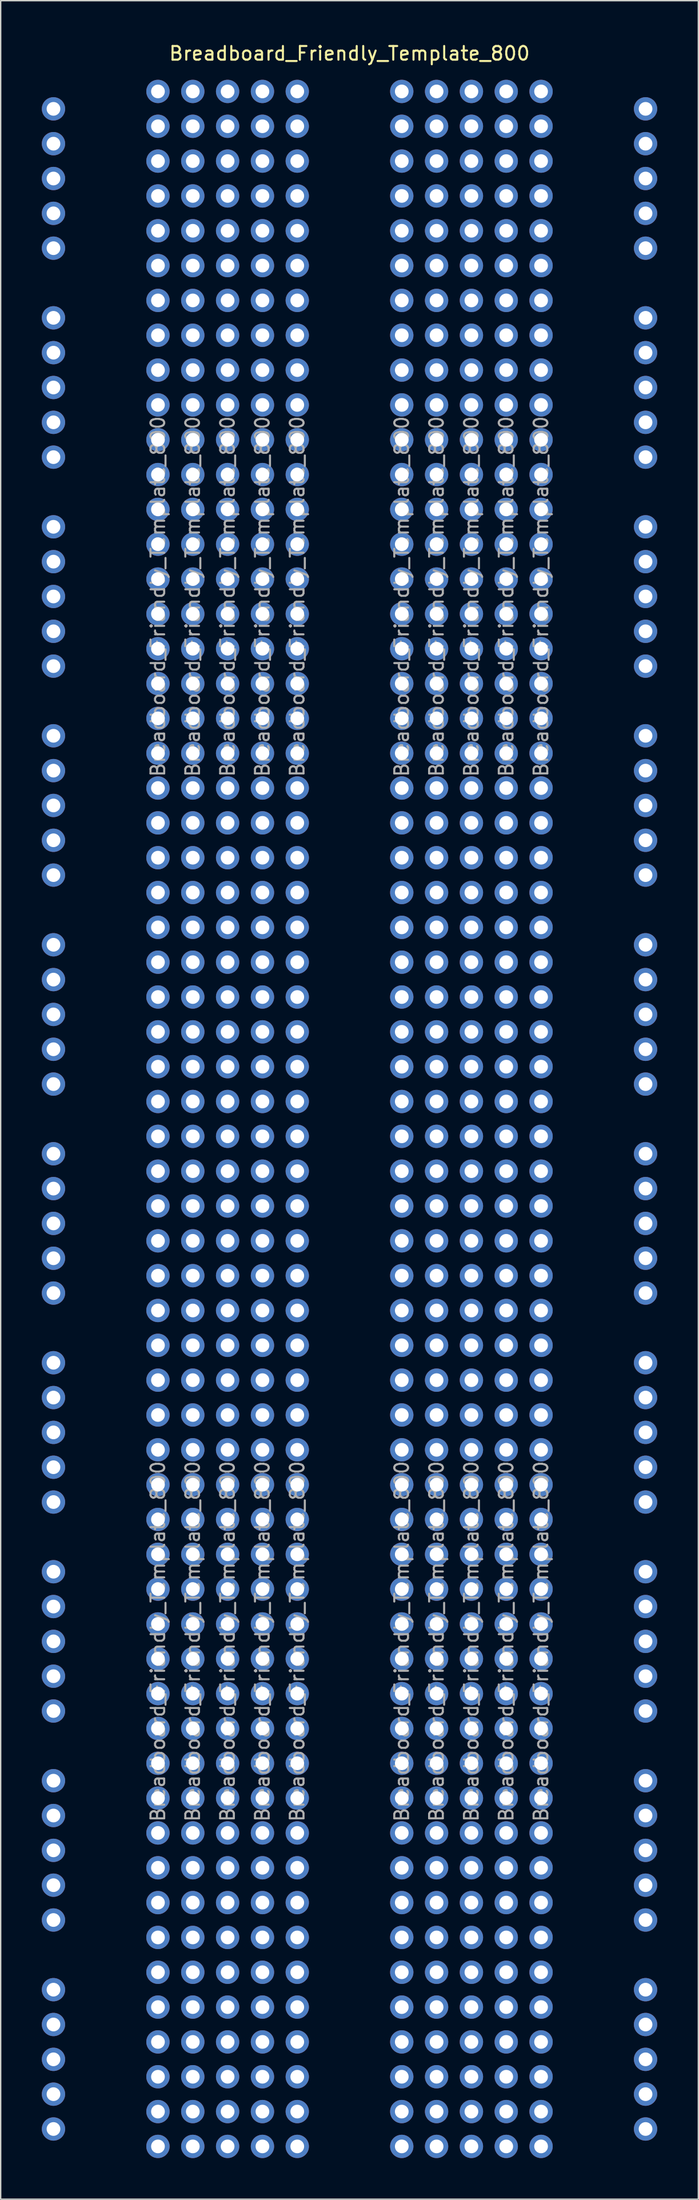
<source format=kicad_pcb>
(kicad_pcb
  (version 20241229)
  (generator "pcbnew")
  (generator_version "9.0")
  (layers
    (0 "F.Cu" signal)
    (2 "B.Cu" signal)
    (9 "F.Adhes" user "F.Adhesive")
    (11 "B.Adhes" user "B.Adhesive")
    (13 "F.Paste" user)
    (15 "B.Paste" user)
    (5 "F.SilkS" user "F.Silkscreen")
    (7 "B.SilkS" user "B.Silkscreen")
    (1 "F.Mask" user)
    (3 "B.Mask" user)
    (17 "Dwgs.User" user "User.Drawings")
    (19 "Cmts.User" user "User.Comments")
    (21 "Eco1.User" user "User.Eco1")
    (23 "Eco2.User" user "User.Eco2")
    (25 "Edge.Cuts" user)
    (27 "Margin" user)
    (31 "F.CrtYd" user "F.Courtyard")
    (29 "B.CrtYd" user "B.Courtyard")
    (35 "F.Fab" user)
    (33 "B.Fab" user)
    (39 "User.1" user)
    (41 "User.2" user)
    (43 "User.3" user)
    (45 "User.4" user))
  (footprint "Breadboard_Friendly_Template_800"
    (layer "F.Cu")
    (at 22.44 78.548)
    (property "Reference" "Breadboard_Friendly_Template_800" (at 0 -77.7 0) (layer "F.SilkS") (effects (font (size 1 1) (thickness 0.15))))
    (attr through_hole)
    (fp_text user "${REFERENCE}" (at 13.97 -38.1 90) (layer "F.Fab") (effects (font (size 1 1) (thickness 0.15))))
    (fp_text user "${REFERENCE}" (at 8.89 -38.1 90) (layer "F.Fab") (effects (font (size 1 1) (thickness 0.15))))
    (fp_text user "${REFERENCE}" (at -13.97 -38.1 90) (layer "F.Fab") (effects (font (size 1 1) (thickness 0.15))))
    (fp_text user "${REFERENCE}" (at -13.97 38.1 90) (layer "F.Fab") (effects (font (size 1 1) (thickness 0.15))))
    (fp_text user "${REFERENCE}" (at -8.89 38.1 90) (layer "F.Fab") (effects (font (size 1 1) (thickness 0.15))))
    (fp_text user "${REFERENCE}" (at -3.81 -38.1 90) (layer "F.Fab") (effects (font (size 1 1) (thickness 0.15))))
    (fp_text user "${REFERENCE}" (at -11.43 -38.1 90) (layer "F.Fab") (effects (font (size 1 1) (thickness 0.15))))
    (fp_text user "${REFERENCE}" (at -11.43 38.1 90) (layer "F.Fab") (effects (font (size 1 1) (thickness 0.15))))
    (fp_text user "${REFERENCE}" (at 8.89 38.1 90) (layer "F.Fab") (effects (font (size 1 1) (thickness 0.15))))
    (fp_text user "${REFERENCE}" (at 6.35 38.1 90) (layer "F.Fab") (effects (font (size 1 1) (thickness 0.15))))
    (fp_text user "${REFERENCE}" (at -3.81 38.1 90) (layer "F.Fab") (effects (font (size 1 1) (thickness 0.15))))
    (fp_text user "${REFERENCE}" (at 3.81 -38.1 90) (layer "F.Fab") (effects (font (size 1 1) (thickness 0.15))))
    (fp_text user "${REFERENCE}" (at 3.81 38.1 90) (layer "F.Fab") (effects (font (size 1 1) (thickness 0.15))))
    (fp_text user "${REFERENCE}" (at -6.35 -38.1 90) (layer "F.Fab") (effects (font (size 1 1) (thickness 0.15))))
    (fp_text user "${REFERENCE}" (at 11.43 -38.1 90) (layer "F.Fab") (effects (font (size 1 1) (thickness 0.15))))
    (fp_text user "${REFERENCE}" (at 6.35 -38.1 90) (layer "F.Fab") (effects (font (size 1 1) (thickness 0.15))))
    (fp_text user "${REFERENCE}" (at 11.43 38.1 90) (layer "F.Fab") (effects (font (size 1 1) (thickness 0.15))))
    (fp_text user "${REFERENCE}" (at -6.35 38.1 90) (layer "F.Fab") (effects (font (size 1 1) (thickness 0.15))))
    (fp_text user "${REFERENCE}" (at -8.89 -38.1 90) (layer "F.Fab") (effects (font (size 1 1) (thickness 0.15))))
    (fp_text user "${REFERENCE}" (at 13.97 38.1 90) (layer "F.Fab") (effects (font (size 1 1) (thickness 0.15))))
    (pad "1" thru_hole oval (at -21.59 -73.66) (size 1.7 1.7) (drill 1) (layers "*.Cu" "*.Mask"))
    (pad "1" thru_hole oval (at -21.59 -58.42) (size 1.7 1.7) (drill 1) (layers "*.Cu" "*.Mask"))
    (pad "1" thru_hole oval (at -21.59 -43.18) (size 1.7 1.7) (drill 1) (layers "*.Cu" "*.Mask"))
    (pad "1" thru_hole oval (at -21.59 -27.94) (size 1.7 1.7) (drill 1) (layers "*.Cu" "*.Mask"))
    (pad "1" thru_hole oval (at -21.59 -12.7) (size 1.7 1.7) (drill 1) (layers "*.Cu" "*.Mask"))
    (pad "1" thru_hole oval (at -21.59 2.54) (size 1.7 1.7) (drill 1) (layers "*.Cu" "*.Mask"))
    (pad "1" thru_hole oval (at -21.59 17.78) (size 1.7 1.7) (drill 1) (layers "*.Cu" "*.Mask"))
    (pad "1" thru_hole oval (at -21.59 33.02) (size 1.7 1.7) (drill 1) (layers "*.Cu" "*.Mask"))
    (pad "1" thru_hole oval (at -21.59 48.26) (size 1.7 1.7) (drill 1) (layers "*.Cu" "*.Mask"))
    (pad "1" thru_hole oval (at -21.59 63.5) (size 1.7 1.7) (drill 1) (layers "*.Cu" "*.Mask"))
    (pad "1" thru_hole oval (at -13.97 -74.93) (size 1.7 1.7) (drill 1) (layers "*.Cu" "*.Mask"))
    (pad "1" thru_hole oval (at -13.97 1.27) (size 1.7 1.7) (drill 1) (layers "*.Cu" "*.Mask"))
    (pad "1" thru_hole oval (at -11.43 -74.93) (size 1.7 1.7) (drill 1) (layers "*.Cu" "*.Mask"))
    (pad "1" thru_hole oval (at -11.43 1.27) (size 1.7 1.7) (drill 1) (layers "*.Cu" "*.Mask"))
    (pad "1" thru_hole oval (at -8.89 -74.93) (size 1.7 1.7) (drill 1) (layers "*.Cu" "*.Mask"))
    (pad "1" thru_hole oval (at -8.89 1.27) (size 1.7 1.7) (drill 1) (layers "*.Cu" "*.Mask"))
    (pad "1" thru_hole oval (at -6.35 -74.93) (size 1.7 1.7) (drill 1) (layers "*.Cu" "*.Mask"))
    (pad "1" thru_hole oval (at -6.35 1.27) (size 1.7 1.7) (drill 1) (layers "*.Cu" "*.Mask"))
    (pad "1" thru_hole oval (at -3.81 -74.93) (size 1.7 1.7) (drill 1) (layers "*.Cu" "*.Mask"))
    (pad "1" thru_hole oval (at -3.81 1.27) (size 1.7 1.7) (drill 1) (layers "*.Cu" "*.Mask"))
    (pad "1" thru_hole oval (at 3.81 -74.93) (size 1.7 1.7) (drill 1) (layers "*.Cu" "*.Mask"))
    (pad "1" thru_hole oval (at 3.81 1.27) (size 1.7 1.7) (drill 1) (layers "*.Cu" "*.Mask"))
    (pad "1" thru_hole oval (at 6.35 -74.93) (size 1.7 1.7) (drill 1) (layers "*.Cu" "*.Mask"))
    (pad "1" thru_hole oval (at 6.35 1.27) (size 1.7 1.7) (drill 1) (layers "*.Cu" "*.Mask"))
    (pad "1" thru_hole oval (at 8.89 -74.93) (size 1.7 1.7) (drill 1) (layers "*.Cu" "*.Mask"))
    (pad "1" thru_hole oval (at 8.89 1.27) (size 1.7 1.7) (drill 1) (layers "*.Cu" "*.Mask"))
    (pad "1" thru_hole oval (at 11.43 -74.93) (size 1.7 1.7) (drill 1) (layers "*.Cu" "*.Mask"))
    (pad "1" thru_hole oval (at 11.43 1.27) (size 1.7 1.7) (drill 1) (layers "*.Cu" "*.Mask"))
    (pad "1" thru_hole oval (at 13.97 -74.93) (size 1.7 1.7) (drill 1) (layers "*.Cu" "*.Mask"))
    (pad "1" thru_hole oval (at 13.97 1.27) (size 1.7 1.7) (drill 1) (layers "*.Cu" "*.Mask"))
    (pad "1" thru_hole oval (at 21.59 -73.66) (size 1.7 1.7) (drill 1) (layers "*.Cu" "*.Mask"))
    (pad "1" thru_hole oval (at 21.59 -58.42) (size 1.7 1.7) (drill 1) (layers "*.Cu" "*.Mask"))
    (pad "1" thru_hole oval (at 21.59 -43.18) (size 1.7 1.7) (drill 1) (layers "*.Cu" "*.Mask"))
    (pad "1" thru_hole oval (at 21.59 -27.94) (size 1.7 1.7) (drill 1) (layers "*.Cu" "*.Mask"))
    (pad "1" thru_hole oval (at 21.59 -12.7) (size 1.7 1.7) (drill 1) (layers "*.Cu" "*.Mask"))
    (pad "1" thru_hole oval (at 21.59 2.54) (size 1.7 1.7) (drill 1) (layers "*.Cu" "*.Mask"))
    (pad "1" thru_hole oval (at 21.59 17.78) (size 1.7 1.7) (drill 1) (layers "*.Cu" "*.Mask"))
    (pad "1" thru_hole oval (at 21.59 33.02) (size 1.7 1.7) (drill 1) (layers "*.Cu" "*.Mask"))
    (pad "1" thru_hole oval (at 21.59 48.26) (size 1.7 1.7) (drill 1) (layers "*.Cu" "*.Mask"))
    (pad "1" thru_hole oval (at 21.59 63.5) (size 1.7 1.7) (drill 1) (layers "*.Cu" "*.Mask"))
    (pad "2" thru_hole oval (at -21.59 -71.12) (size 1.7 1.7) (drill 1) (layers "*.Cu" "*.Mask"))
    (pad "2" thru_hole oval (at -21.59 -55.88) (size 1.7 1.7) (drill 1) (layers "*.Cu" "*.Mask"))
    (pad "2" thru_hole oval (at -21.59 -40.64) (size 1.7 1.7) (drill 1) (layers "*.Cu" "*.Mask"))
    (pad "2" thru_hole oval (at -21.59 -25.4) (size 1.7 1.7) (drill 1) (layers "*.Cu" "*.Mask"))
    (pad "2" thru_hole oval (at -21.59 -10.16) (size 1.7 1.7) (drill 1) (layers "*.Cu" "*.Mask"))
    (pad "2" thru_hole oval (at -21.59 5.08) (size 1.7 1.7) (drill 1) (layers "*.Cu" "*.Mask"))
    (pad "2" thru_hole oval (at -21.59 20.32) (size 1.7 1.7) (drill 1) (layers "*.Cu" "*.Mask"))
    (pad "2" thru_hole oval (at -21.59 35.56) (size 1.7 1.7) (drill 1) (layers "*.Cu" "*.Mask"))
    (pad "2" thru_hole oval (at -21.59 50.8) (size 1.7 1.7) (drill 1) (layers "*.Cu" "*.Mask"))
    (pad "2" thru_hole oval (at -21.59 66.04) (size 1.7 1.7) (drill 1) (layers "*.Cu" "*.Mask"))
    (pad "2" thru_hole oval (at -13.97 -72.39) (size 1.7 1.7) (drill 1) (layers "*.Cu" "*.Mask"))
    (pad "2" thru_hole oval (at -13.97 3.81) (size 1.7 1.7) (drill 1) (layers "*.Cu" "*.Mask"))
    (pad "2" thru_hole oval (at -11.43 -72.39) (size 1.7 1.7) (drill 1) (layers "*.Cu" "*.Mask"))
    (pad "2" thru_hole oval (at -11.43 3.81) (size 1.7 1.7) (drill 1) (layers "*.Cu" "*.Mask"))
    (pad "2" thru_hole oval (at -8.89 -72.39) (size 1.7 1.7) (drill 1) (layers "*.Cu" "*.Mask"))
    (pad "2" thru_hole oval (at -8.89 3.81) (size 1.7 1.7) (drill 1) (layers "*.Cu" "*.Mask"))
    (pad "2" thru_hole oval (at -6.35 -72.39) (size 1.7 1.7) (drill 1) (layers "*.Cu" "*.Mask"))
    (pad "2" thru_hole oval (at -6.35 3.81) (size 1.7 1.7) (drill 1) (layers "*.Cu" "*.Mask"))
    (pad "2" thru_hole oval (at -3.81 -72.39) (size 1.7 1.7) (drill 1) (layers "*.Cu" "*.Mask"))
    (pad "2" thru_hole oval (at -3.81 3.81) (size 1.7 1.7) (drill 1) (layers "*.Cu" "*.Mask"))
    (pad "2" thru_hole oval (at 3.81 -72.39) (size 1.7 1.7) (drill 1) (layers "*.Cu" "*.Mask"))
    (pad "2" thru_hole oval (at 3.81 3.81) (size 1.7 1.7) (drill 1) (layers "*.Cu" "*.Mask"))
    (pad "2" thru_hole oval (at 6.35 -72.39) (size 1.7 1.7) (drill 1) (layers "*.Cu" "*.Mask"))
    (pad "2" thru_hole oval (at 6.35 3.81) (size 1.7 1.7) (drill 1) (layers "*.Cu" "*.Mask"))
    (pad "2" thru_hole oval (at 8.89 -72.39) (size 1.7 1.7) (drill 1) (layers "*.Cu" "*.Mask"))
    (pad "2" thru_hole oval (at 8.89 3.81) (size 1.7 1.7) (drill 1) (layers "*.Cu" "*.Mask"))
    (pad "2" thru_hole oval (at 11.43 -72.39) (size 1.7 1.7) (drill 1) (layers "*.Cu" "*.Mask"))
    (pad "2" thru_hole oval (at 11.43 3.81) (size 1.7 1.7) (drill 1) (layers "*.Cu" "*.Mask"))
    (pad "2" thru_hole oval (at 13.97 -72.39) (size 1.7 1.7) (drill 1) (layers "*.Cu" "*.Mask"))
    (pad "2" thru_hole oval (at 13.97 3.81) (size 1.7 1.7) (drill 1) (layers "*.Cu" "*.Mask"))
    (pad "2" thru_hole oval (at 21.59 -71.12) (size 1.7 1.7) (drill 1) (layers "*.Cu" "*.Mask"))
    (pad "2" thru_hole oval (at 21.59 -55.88) (size 1.7 1.7) (drill 1) (layers "*.Cu" "*.Mask"))
    (pad "2" thru_hole oval (at 21.59 -40.64) (size 1.7 1.7) (drill 1) (layers "*.Cu" "*.Mask"))
    (pad "2" thru_hole oval (at 21.59 -25.4) (size 1.7 1.7) (drill 1) (layers "*.Cu" "*.Mask"))
    (pad "2" thru_hole oval (at 21.59 -10.16) (size 1.7 1.7) (drill 1) (layers "*.Cu" "*.Mask"))
    (pad "2" thru_hole oval (at 21.59 5.08) (size 1.7 1.7) (drill 1) (layers "*.Cu" "*.Mask"))
    (pad "2" thru_hole oval (at 21.59 20.32) (size 1.7 1.7) (drill 1) (layers "*.Cu" "*.Mask"))
    (pad "2" thru_hole oval (at 21.59 35.56) (size 1.7 1.7) (drill 1) (layers "*.Cu" "*.Mask"))
    (pad "2" thru_hole oval (at 21.59 50.8) (size 1.7 1.7) (drill 1) (layers "*.Cu" "*.Mask"))
    (pad "2" thru_hole oval (at 21.59 66.04) (size 1.7 1.7) (drill 1) (layers "*.Cu" "*.Mask"))
    (pad "3" thru_hole oval (at -21.59 -68.58) (size 1.7 1.7) (drill 1) (layers "*.Cu" "*.Mask"))
    (pad "3" thru_hole oval (at -21.59 -53.34) (size 1.7 1.7) (drill 1) (layers "*.Cu" "*.Mask"))
    (pad "3" thru_hole oval (at -21.59 -38.1) (size 1.7 1.7) (drill 1) (layers "*.Cu" "*.Mask"))
    (pad "3" thru_hole oval (at -21.59 -22.86) (size 1.7 1.7) (drill 1) (layers "*.Cu" "*.Mask"))
    (pad "3" thru_hole oval (at -21.59 -7.62) (size 1.7 1.7) (drill 1) (layers "*.Cu" "*.Mask"))
    (pad "3" thru_hole oval (at -21.59 7.62) (size 1.7 1.7) (drill 1) (layers "*.Cu" "*.Mask"))
    (pad "3" thru_hole oval (at -21.59 22.86) (size 1.7 1.7) (drill 1) (layers "*.Cu" "*.Mask"))
    (pad "3" thru_hole oval (at -21.59 38.1) (size 1.7 1.7) (drill 1) (layers "*.Cu" "*.Mask"))
    (pad "3" thru_hole oval (at -21.59 53.34) (size 1.7 1.7) (drill 1) (layers "*.Cu" "*.Mask"))
    (pad "3" thru_hole oval (at -21.59 68.58) (size 1.7 1.7) (drill 1) (layers "*.Cu" "*.Mask"))
    (pad "3" thru_hole oval (at -13.97 -69.85) (size 1.7 1.7) (drill 1) (layers "*.Cu" "*.Mask"))
    (pad "3" thru_hole oval (at -13.97 6.35) (size 1.7 1.7) (drill 1) (layers "*.Cu" "*.Mask"))
    (pad "3" thru_hole oval (at -11.43 -69.85) (size 1.7 1.7) (drill 1) (layers "*.Cu" "*.Mask"))
    (pad "3" thru_hole oval (at -11.43 6.35) (size 1.7 1.7) (drill 1) (layers "*.Cu" "*.Mask"))
    (pad "3" thru_hole oval (at -8.89 -69.85) (size 1.7 1.7) (drill 1) (layers "*.Cu" "*.Mask"))
    (pad "3" thru_hole oval (at -8.89 6.35) (size 1.7 1.7) (drill 1) (layers "*.Cu" "*.Mask"))
    (pad "3" thru_hole oval (at -6.35 -69.85) (size 1.7 1.7) (drill 1) (layers "*.Cu" "*.Mask"))
    (pad "3" thru_hole oval (at -6.35 6.35) (size 1.7 1.7) (drill 1) (layers "*.Cu" "*.Mask"))
    (pad "3" thru_hole oval (at -3.81 -69.85) (size 1.7 1.7) (drill 1) (layers "*.Cu" "*.Mask"))
    (pad "3" thru_hole oval (at -3.81 6.35) (size 1.7 1.7) (drill 1) (layers "*.Cu" "*.Mask"))
    (pad "3" thru_hole oval (at 3.81 -69.85) (size 1.7 1.7) (drill 1) (layers "*.Cu" "*.Mask"))
    (pad "3" thru_hole oval (at 3.81 6.35) (size 1.7 1.7) (drill 1) (layers "*.Cu" "*.Mask"))
    (pad "3" thru_hole oval (at 6.35 -69.85) (size 1.7 1.7) (drill 1) (layers "*.Cu" "*.Mask"))
    (pad "3" thru_hole oval (at 6.35 6.35) (size 1.7 1.7) (drill 1) (layers "*.Cu" "*.Mask"))
    (pad "3" thru_hole oval (at 8.89 -69.85) (size 1.7 1.7) (drill 1) (layers "*.Cu" "*.Mask"))
    (pad "3" thru_hole oval (at 8.89 6.35) (size 1.7 1.7) (drill 1) (layers "*.Cu" "*.Mask"))
    (pad "3" thru_hole oval (at 11.43 -69.85) (size 1.7 1.7) (drill 1) (layers "*.Cu" "*.Mask"))
    (pad "3" thru_hole oval (at 11.43 6.35) (size 1.7 1.7) (drill 1) (layers "*.Cu" "*.Mask"))
    (pad "3" thru_hole oval (at 13.97 -69.85) (size 1.7 1.7) (drill 1) (layers "*.Cu" "*.Mask"))
    (pad "3" thru_hole oval (at 13.97 6.35) (size 1.7 1.7) (drill 1) (layers "*.Cu" "*.Mask"))
    (pad "3" thru_hole oval (at 21.59 -68.58) (size 1.7 1.7) (drill 1) (layers "*.Cu" "*.Mask"))
    (pad "3" thru_hole oval (at 21.59 -53.34) (size 1.7 1.7) (drill 1) (layers "*.Cu" "*.Mask"))
    (pad "3" thru_hole oval (at 21.59 -38.1) (size 1.7 1.7) (drill 1) (layers "*.Cu" "*.Mask"))
    (pad "3" thru_hole oval (at 21.59 -22.86) (size 1.7 1.7) (drill 1) (layers "*.Cu" "*.Mask"))
    (pad "3" thru_hole oval (at 21.59 -7.62) (size 1.7 1.7) (drill 1) (layers "*.Cu" "*.Mask"))
    (pad "3" thru_hole oval (at 21.59 7.62) (size 1.7 1.7) (drill 1) (layers "*.Cu" "*.Mask"))
    (pad "3" thru_hole oval (at 21.59 22.86) (size 1.7 1.7) (drill 1) (layers "*.Cu" "*.Mask"))
    (pad "3" thru_hole oval (at 21.59 38.1) (size 1.7 1.7) (drill 1) (layers "*.Cu" "*.Mask"))
    (pad "3" thru_hole oval (at 21.59 53.34) (size 1.7 1.7) (drill 1) (layers "*.Cu" "*.Mask"))
    (pad "3" thru_hole oval (at 21.59 68.58) (size 1.7 1.7) (drill 1) (layers "*.Cu" "*.Mask"))
    (pad "4" thru_hole oval (at -21.59 -66.04) (size 1.7 1.7) (drill 1) (layers "*.Cu" "*.Mask"))
    (pad "4" thru_hole oval (at -21.59 -50.8) (size 1.7 1.7) (drill 1) (layers "*.Cu" "*.Mask"))
    (pad "4" thru_hole oval (at -21.59 -35.56) (size 1.7 1.7) (drill 1) (layers "*.Cu" "*.Mask"))
    (pad "4" thru_hole oval (at -21.59 -20.32) (size 1.7 1.7) (drill 1) (layers "*.Cu" "*.Mask"))
    (pad "4" thru_hole oval (at -21.59 -5.08) (size 1.7 1.7) (drill 1) (layers "*.Cu" "*.Mask"))
    (pad "4" thru_hole oval (at -21.59 10.16) (size 1.7 1.7) (drill 1) (layers "*.Cu" "*.Mask"))
    (pad "4" thru_hole oval (at -21.59 25.4) (size 1.7 1.7) (drill 1) (layers "*.Cu" "*.Mask"))
    (pad "4" thru_hole oval (at -21.59 40.64) (size 1.7 1.7) (drill 1) (layers "*.Cu" "*.Mask"))
    (pad "4" thru_hole oval (at -21.59 55.88) (size 1.7 1.7) (drill 1) (layers "*.Cu" "*.Mask"))
    (pad "4" thru_hole oval (at -21.59 71.12) (size 1.7 1.7) (drill 1) (layers "*.Cu" "*.Mask"))
    (pad "4" thru_hole oval (at -13.97 -67.31) (size 1.7 1.7) (drill 1) (layers "*.Cu" "*.Mask"))
    (pad "4" thru_hole oval (at -13.97 8.89) (size 1.7 1.7) (drill 1) (layers "*.Cu" "*.Mask"))
    (pad "4" thru_hole oval (at -11.43 -67.31) (size 1.7 1.7) (drill 1) (layers "*.Cu" "*.Mask"))
    (pad "4" thru_hole oval (at -11.43 8.89) (size 1.7 1.7) (drill 1) (layers "*.Cu" "*.Mask"))
    (pad "4" thru_hole oval (at -8.89 -67.31) (size 1.7 1.7) (drill 1) (layers "*.Cu" "*.Mask"))
    (pad "4" thru_hole oval (at -8.89 8.89) (size 1.7 1.7) (drill 1) (layers "*.Cu" "*.Mask"))
    (pad "4" thru_hole oval (at -6.35 -67.31) (size 1.7 1.7) (drill 1) (layers "*.Cu" "*.Mask"))
    (pad "4" thru_hole oval (at -6.35 8.89) (size 1.7 1.7) (drill 1) (layers "*.Cu" "*.Mask"))
    (pad "4" thru_hole oval (at -3.81 -67.31) (size 1.7 1.7) (drill 1) (layers "*.Cu" "*.Mask"))
    (pad "4" thru_hole oval (at -3.81 8.89) (size 1.7 1.7) (drill 1) (layers "*.Cu" "*.Mask"))
    (pad "4" thru_hole oval (at 3.81 -67.31) (size 1.7 1.7) (drill 1) (layers "*.Cu" "*.Mask"))
    (pad "4" thru_hole oval (at 3.81 8.89) (size 1.7 1.7) (drill 1) (layers "*.Cu" "*.Mask"))
    (pad "4" thru_hole oval (at 6.35 -67.31) (size 1.7 1.7) (drill 1) (layers "*.Cu" "*.Mask"))
    (pad "4" thru_hole oval (at 6.35 8.89) (size 1.7 1.7) (drill 1) (layers "*.Cu" "*.Mask"))
    (pad "4" thru_hole oval (at 8.89 -67.31) (size 1.7 1.7) (drill 1) (layers "*.Cu" "*.Mask"))
    (pad "4" thru_hole oval (at 8.89 8.89) (size 1.7 1.7) (drill 1) (layers "*.Cu" "*.Mask"))
    (pad "4" thru_hole oval (at 11.43 -67.31) (size 1.7 1.7) (drill 1) (layers "*.Cu" "*.Mask"))
    (pad "4" thru_hole oval (at 11.43 8.89) (size 1.7 1.7) (drill 1) (layers "*.Cu" "*.Mask"))
    (pad "4" thru_hole oval (at 13.97 -67.31) (size 1.7 1.7) (drill 1) (layers "*.Cu" "*.Mask"))
    (pad "4" thru_hole oval (at 13.97 8.89) (size 1.7 1.7) (drill 1) (layers "*.Cu" "*.Mask"))
    (pad "4" thru_hole oval (at 21.59 -66.04) (size 1.7 1.7) (drill 1) (layers "*.Cu" "*.Mask"))
    (pad "4" thru_hole oval (at 21.59 -50.8) (size 1.7 1.7) (drill 1) (layers "*.Cu" "*.Mask"))
    (pad "4" thru_hole oval (at 21.59 -35.56) (size 1.7 1.7) (drill 1) (layers "*.Cu" "*.Mask"))
    (pad "4" thru_hole oval (at 21.59 -20.32) (size 1.7 1.7) (drill 1) (layers "*.Cu" "*.Mask"))
    (pad "4" thru_hole oval (at 21.59 -5.08) (size 1.7 1.7) (drill 1) (layers "*.Cu" "*.Mask"))
    (pad "4" thru_hole oval (at 21.59 10.16) (size 1.7 1.7) (drill 1) (layers "*.Cu" "*.Mask"))
    (pad "4" thru_hole oval (at 21.59 25.4) (size 1.7 1.7) (drill 1) (layers "*.Cu" "*.Mask"))
    (pad "4" thru_hole oval (at 21.59 40.64) (size 1.7 1.7) (drill 1) (layers "*.Cu" "*.Mask"))
    (pad "4" thru_hole oval (at 21.59 55.88) (size 1.7 1.7) (drill 1) (layers "*.Cu" "*.Mask"))
    (pad "4" thru_hole oval (at 21.59 71.12) (size 1.7 1.7) (drill 1) (layers "*.Cu" "*.Mask"))
    (pad "5" thru_hole oval (at -21.59 -63.5) (size 1.7 1.7) (drill 1) (layers "*.Cu" "*.Mask"))
    (pad "5" thru_hole oval (at -21.59 -48.26) (size 1.7 1.7) (drill 1) (layers "*.Cu" "*.Mask"))
    (pad "5" thru_hole oval (at -21.59 -33.02) (size 1.7 1.7) (drill 1) (layers "*.Cu" "*.Mask"))
    (pad "5" thru_hole oval (at -21.59 -17.78) (size 1.7 1.7) (drill 1) (layers "*.Cu" "*.Mask"))
    (pad "5" thru_hole oval (at -21.59 -2.54) (size 1.7 1.7) (drill 1) (layers "*.Cu" "*.Mask"))
    (pad "5" thru_hole oval (at -21.59 12.7) (size 1.7 1.7) (drill 1) (layers "*.Cu" "*.Mask"))
    (pad "5" thru_hole oval (at -21.59 27.94) (size 1.7 1.7) (drill 1) (layers "*.Cu" "*.Mask"))
    (pad "5" thru_hole oval (at -21.59 43.18) (size 1.7 1.7) (drill 1) (layers "*.Cu" "*.Mask"))
    (pad "5" thru_hole oval (at -21.59 58.42) (size 1.7 1.7) (drill 1) (layers "*.Cu" "*.Mask"))
    (pad "5" thru_hole oval (at -21.59 73.66) (size 1.7 1.7) (drill 1) (layers "*.Cu" "*.Mask"))
    (pad "5" thru_hole oval (at -13.97 -64.77) (size 1.7 1.7) (drill 1) (layers "*.Cu" "*.Mask"))
    (pad "5" thru_hole oval (at -13.97 11.43) (size 1.7 1.7) (drill 1) (layers "*.Cu" "*.Mask"))
    (pad "5" thru_hole oval (at -11.43 -64.77) (size 1.7 1.7) (drill 1) (layers "*.Cu" "*.Mask"))
    (pad "5" thru_hole oval (at -11.43 11.43) (size 1.7 1.7) (drill 1) (layers "*.Cu" "*.Mask"))
    (pad "5" thru_hole oval (at -8.89 -64.77) (size 1.7 1.7) (drill 1) (layers "*.Cu" "*.Mask"))
    (pad "5" thru_hole oval (at -8.89 11.43) (size 1.7 1.7) (drill 1) (layers "*.Cu" "*.Mask"))
    (pad "5" thru_hole oval (at -6.35 -64.77) (size 1.7 1.7) (drill 1) (layers "*.Cu" "*.Mask"))
    (pad "5" thru_hole oval (at -6.35 11.43) (size 1.7 1.7) (drill 1) (layers "*.Cu" "*.Mask"))
    (pad "5" thru_hole oval (at -3.81 -64.77) (size 1.7 1.7) (drill 1) (layers "*.Cu" "*.Mask"))
    (pad "5" thru_hole oval (at -3.81 11.43) (size 1.7 1.7) (drill 1) (layers "*.Cu" "*.Mask"))
    (pad "5" thru_hole oval (at 3.81 -64.77) (size 1.7 1.7) (drill 1) (layers "*.Cu" "*.Mask"))
    (pad "5" thru_hole oval (at 3.81 11.43) (size 1.7 1.7) (drill 1) (layers "*.Cu" "*.Mask"))
    (pad "5" thru_hole oval (at 6.35 -64.77) (size 1.7 1.7) (drill 1) (layers "*.Cu" "*.Mask"))
    (pad "5" thru_hole oval (at 6.35 11.43) (size 1.7 1.7) (drill 1) (layers "*.Cu" "*.Mask"))
    (pad "5" thru_hole oval (at 8.89 -64.77) (size 1.7 1.7) (drill 1) (layers "*.Cu" "*.Mask"))
    (pad "5" thru_hole oval (at 8.89 11.43) (size 1.7 1.7) (drill 1) (layers "*.Cu" "*.Mask"))
    (pad "5" thru_hole oval (at 11.43 -64.77) (size 1.7 1.7) (drill 1) (layers "*.Cu" "*.Mask"))
    (pad "5" thru_hole oval (at 11.43 11.43) (size 1.7 1.7) (drill 1) (layers "*.Cu" "*.Mask"))
    (pad "5" thru_hole oval (at 13.97 -64.77) (size 1.7 1.7) (drill 1) (layers "*.Cu" "*.Mask"))
    (pad "5" thru_hole oval (at 13.97 11.43) (size 1.7 1.7) (drill 1) (layers "*.Cu" "*.Mask"))
    (pad "5" thru_hole oval (at 21.59 -63.5) (size 1.7 1.7) (drill 1) (layers "*.Cu" "*.Mask"))
    (pad "5" thru_hole oval (at 21.59 -48.26) (size 1.7 1.7) (drill 1) (layers "*.Cu" "*.Mask"))
    (pad "5" thru_hole oval (at 21.59 -33.02) (size 1.7 1.7) (drill 1) (layers "*.Cu" "*.Mask"))
    (pad "5" thru_hole oval (at 21.59 -17.78) (size 1.7 1.7) (drill 1) (layers "*.Cu" "*.Mask"))
    (pad "5" thru_hole oval (at 21.59 -2.54) (size 1.7 1.7) (drill 1) (layers "*.Cu" "*.Mask"))
    (pad "5" thru_hole oval (at 21.59 12.7) (size 1.7 1.7) (drill 1) (layers "*.Cu" "*.Mask"))
    (pad "5" thru_hole oval (at 21.59 27.94) (size 1.7 1.7) (drill 1) (layers "*.Cu" "*.Mask"))
    (pad "5" thru_hole oval (at 21.59 43.18) (size 1.7 1.7) (drill 1) (layers "*.Cu" "*.Mask"))
    (pad "5" thru_hole oval (at 21.59 58.42) (size 1.7 1.7) (drill 1) (layers "*.Cu" "*.Mask"))
    (pad "5" thru_hole oval (at 21.59 73.66) (size 1.7 1.7) (drill 1) (layers "*.Cu" "*.Mask"))
    (pad "6" thru_hole oval (at -13.97 -62.23) (size 1.7 1.7) (drill 1) (layers "*.Cu" "*.Mask"))
    (pad "6" thru_hole oval (at -13.97 13.97) (size 1.7 1.7) (drill 1) (layers "*.Cu" "*.Mask"))
    (pad "6" thru_hole oval (at -11.43 -62.23) (size 1.7 1.7) (drill 1) (layers "*.Cu" "*.Mask"))
    (pad "6" thru_hole oval (at -11.43 13.97) (size 1.7 1.7) (drill 1) (layers "*.Cu" "*.Mask"))
    (pad "6" thru_hole oval (at -8.89 -62.23) (size 1.7 1.7) (drill 1) (layers "*.Cu" "*.Mask"))
    (pad "6" thru_hole oval (at -8.89 13.97) (size 1.7 1.7) (drill 1) (layers "*.Cu" "*.Mask"))
    (pad "6" thru_hole oval (at -6.35 -62.23) (size 1.7 1.7) (drill 1) (layers "*.Cu" "*.Mask"))
    (pad "6" thru_hole oval (at -6.35 13.97) (size 1.7 1.7) (drill 1) (layers "*.Cu" "*.Mask"))
    (pad "6" thru_hole oval (at -3.81 -62.23) (size 1.7 1.7) (drill 1) (layers "*.Cu" "*.Mask"))
    (pad "6" thru_hole oval (at -3.81 13.97) (size 1.7 1.7) (drill 1) (layers "*.Cu" "*.Mask"))
    (pad "6" thru_hole oval (at 3.81 -62.23) (size 1.7 1.7) (drill 1) (layers "*.Cu" "*.Mask"))
    (pad "6" thru_hole oval (at 3.81 13.97) (size 1.7 1.7) (drill 1) (layers "*.Cu" "*.Mask"))
    (pad "6" thru_hole oval (at 6.35 -62.23) (size 1.7 1.7) (drill 1) (layers "*.Cu" "*.Mask"))
    (pad "6" thru_hole oval (at 6.35 13.97) (size 1.7 1.7) (drill 1) (layers "*.Cu" "*.Mask"))
    (pad "6" thru_hole oval (at 8.89 -62.23) (size 1.7 1.7) (drill 1) (layers "*.Cu" "*.Mask"))
    (pad "6" thru_hole oval (at 8.89 13.97) (size 1.7 1.7) (drill 1) (layers "*.Cu" "*.Mask"))
    (pad "6" thru_hole oval (at 11.43 -62.23) (size 1.7 1.7) (drill 1) (layers "*.Cu" "*.Mask"))
    (pad "6" thru_hole oval (at 11.43 13.97) (size 1.7 1.7) (drill 1) (layers "*.Cu" "*.Mask"))
    (pad "6" thru_hole oval (at 13.97 -62.23) (size 1.7 1.7) (drill 1) (layers "*.Cu" "*.Mask"))
    (pad "6" thru_hole oval (at 13.97 13.97) (size 1.7 1.7) (drill 1) (layers "*.Cu" "*.Mask"))
    (pad "7" thru_hole oval (at -13.97 -59.69) (size 1.7 1.7) (drill 1) (layers "*.Cu" "*.Mask"))
    (pad "7" thru_hole oval (at -13.97 16.51) (size 1.7 1.7) (drill 1) (layers "*.Cu" "*.Mask"))
    (pad "7" thru_hole oval (at -11.43 -59.69) (size 1.7 1.7) (drill 1) (layers "*.Cu" "*.Mask"))
    (pad "7" thru_hole oval (at -11.43 16.51) (size 1.7 1.7) (drill 1) (layers "*.Cu" "*.Mask"))
    (pad "7" thru_hole oval (at -8.89 -59.69) (size 1.7 1.7) (drill 1) (layers "*.Cu" "*.Mask"))
    (pad "7" thru_hole oval (at -8.89 16.51) (size 1.7 1.7) (drill 1) (layers "*.Cu" "*.Mask"))
    (pad "7" thru_hole oval (at -6.35 -59.69) (size 1.7 1.7) (drill 1) (layers "*.Cu" "*.Mask"))
    (pad "7" thru_hole oval (at -6.35 16.51) (size 1.7 1.7) (drill 1) (layers "*.Cu" "*.Mask"))
    (pad "7" thru_hole oval (at -3.81 -59.69) (size 1.7 1.7) (drill 1) (layers "*.Cu" "*.Mask"))
    (pad "7" thru_hole oval (at -3.81 16.51) (size 1.7 1.7) (drill 1) (layers "*.Cu" "*.Mask"))
    (pad "7" thru_hole oval (at 3.81 -59.69) (size 1.7 1.7) (drill 1) (layers "*.Cu" "*.Mask"))
    (pad "7" thru_hole oval (at 3.81 16.51) (size 1.7 1.7) (drill 1) (layers "*.Cu" "*.Mask"))
    (pad "7" thru_hole oval (at 6.35 -59.69) (size 1.7 1.7) (drill 1) (layers "*.Cu" "*.Mask"))
    (pad "7" thru_hole oval (at 6.35 16.51) (size 1.7 1.7) (drill 1) (layers "*.Cu" "*.Mask"))
    (pad "7" thru_hole oval (at 8.89 -59.69) (size 1.7 1.7) (drill 1) (layers "*.Cu" "*.Mask"))
    (pad "7" thru_hole oval (at 8.89 16.51) (size 1.7 1.7) (drill 1) (layers "*.Cu" "*.Mask"))
    (pad "7" thru_hole oval (at 11.43 -59.69) (size 1.7 1.7) (drill 1) (layers "*.Cu" "*.Mask"))
    (pad "7" thru_hole oval (at 11.43 16.51) (size 1.7 1.7) (drill 1) (layers "*.Cu" "*.Mask"))
    (pad "7" thru_hole oval (at 13.97 -59.69) (size 1.7 1.7) (drill 1) (layers "*.Cu" "*.Mask"))
    (pad "7" thru_hole oval (at 13.97 16.51) (size 1.7 1.7) (drill 1) (layers "*.Cu" "*.Mask"))
    (pad "8" thru_hole oval (at -13.97 -57.15) (size 1.7 1.7) (drill 1) (layers "*.Cu" "*.Mask"))
    (pad "8" thru_hole oval (at -13.97 19.05) (size 1.7 1.7) (drill 1) (layers "*.Cu" "*.Mask"))
    (pad "8" thru_hole oval (at -11.43 -57.15) (size 1.7 1.7) (drill 1) (layers "*.Cu" "*.Mask"))
    (pad "8" thru_hole oval (at -11.43 19.05) (size 1.7 1.7) (drill 1) (layers "*.Cu" "*.Mask"))
    (pad "8" thru_hole oval (at -8.89 -57.15) (size 1.7 1.7) (drill 1) (layers "*.Cu" "*.Mask"))
    (pad "8" thru_hole oval (at -8.89 19.05) (size 1.7 1.7) (drill 1) (layers "*.Cu" "*.Mask"))
    (pad "8" thru_hole oval (at -6.35 -57.15) (size 1.7 1.7) (drill 1) (layers "*.Cu" "*.Mask"))
    (pad "8" thru_hole oval (at -6.35 19.05) (size 1.7 1.7) (drill 1) (layers "*.Cu" "*.Mask"))
    (pad "8" thru_hole oval (at -3.81 -57.15) (size 1.7 1.7) (drill 1) (layers "*.Cu" "*.Mask"))
    (pad "8" thru_hole oval (at -3.81 19.05) (size 1.7 1.7) (drill 1) (layers "*.Cu" "*.Mask"))
    (pad "8" thru_hole oval (at 3.81 -57.15) (size 1.7 1.7) (drill 1) (layers "*.Cu" "*.Mask"))
    (pad "8" thru_hole oval (at 3.81 19.05) (size 1.7 1.7) (drill 1) (layers "*.Cu" "*.Mask"))
    (pad "8" thru_hole oval (at 6.35 -57.15) (size 1.7 1.7) (drill 1) (layers "*.Cu" "*.Mask"))
    (pad "8" thru_hole oval (at 6.35 19.05) (size 1.7 1.7) (drill 1) (layers "*.Cu" "*.Mask"))
    (pad "8" thru_hole oval (at 8.89 -57.15) (size 1.7 1.7) (drill 1) (layers "*.Cu" "*.Mask"))
    (pad "8" thru_hole oval (at 8.89 19.05) (size 1.7 1.7) (drill 1) (layers "*.Cu" "*.Mask"))
    (pad "8" thru_hole oval (at 11.43 -57.15) (size 1.7 1.7) (drill 1) (layers "*.Cu" "*.Mask"))
    (pad "8" thru_hole oval (at 11.43 19.05) (size 1.7 1.7) (drill 1) (layers "*.Cu" "*.Mask"))
    (pad "8" thru_hole oval (at 13.97 -57.15) (size 1.7 1.7) (drill 1) (layers "*.Cu" "*.Mask"))
    (pad "8" thru_hole oval (at 13.97 19.05) (size 1.7 1.7) (drill 1) (layers "*.Cu" "*.Mask"))
    (pad "9" thru_hole oval (at -13.97 -54.61) (size 1.7 1.7) (drill 1) (layers "*.Cu" "*.Mask"))
    (pad "9" thru_hole oval (at -13.97 21.59) (size 1.7 1.7) (drill 1) (layers "*.Cu" "*.Mask"))
    (pad "9" thru_hole oval (at -11.43 -54.61) (size 1.7 1.7) (drill 1) (layers "*.Cu" "*.Mask"))
    (pad "9" thru_hole oval (at -11.43 21.59) (size 1.7 1.7) (drill 1) (layers "*.Cu" "*.Mask"))
    (pad "9" thru_hole oval (at -8.89 -54.61) (size 1.7 1.7) (drill 1) (layers "*.Cu" "*.Mask"))
    (pad "9" thru_hole oval (at -8.89 21.59) (size 1.7 1.7) (drill 1) (layers "*.Cu" "*.Mask"))
    (pad "9" thru_hole oval (at -6.35 -54.61) (size 1.7 1.7) (drill 1) (layers "*.Cu" "*.Mask"))
    (pad "9" thru_hole oval (at -6.35 21.59) (size 1.7 1.7) (drill 1) (layers "*.Cu" "*.Mask"))
    (pad "9" thru_hole oval (at -3.81 -54.61) (size 1.7 1.7) (drill 1) (layers "*.Cu" "*.Mask"))
    (pad "9" thru_hole oval (at -3.81 21.59) (size 1.7 1.7) (drill 1) (layers "*.Cu" "*.Mask"))
    (pad "9" thru_hole oval (at 3.81 -54.61) (size 1.7 1.7) (drill 1) (layers "*.Cu" "*.Mask"))
    (pad "9" thru_hole oval (at 3.81 21.59) (size 1.7 1.7) (drill 1) (layers "*.Cu" "*.Mask"))
    (pad "9" thru_hole oval (at 6.35 -54.61) (size 1.7 1.7) (drill 1) (layers "*.Cu" "*.Mask"))
    (pad "9" thru_hole oval (at 6.35 21.59) (size 1.7 1.7) (drill 1) (layers "*.Cu" "*.Mask"))
    (pad "9" thru_hole oval (at 8.89 -54.61) (size 1.7 1.7) (drill 1) (layers "*.Cu" "*.Mask"))
    (pad "9" thru_hole oval (at 8.89 21.59) (size 1.7 1.7) (drill 1) (layers "*.Cu" "*.Mask"))
    (pad "9" thru_hole oval (at 11.43 -54.61) (size 1.7 1.7) (drill 1) (layers "*.Cu" "*.Mask"))
    (pad "9" thru_hole oval (at 11.43 21.59) (size 1.7 1.7) (drill 1) (layers "*.Cu" "*.Mask"))
    (pad "9" thru_hole oval (at 13.97 -54.61) (size 1.7 1.7) (drill 1) (layers "*.Cu" "*.Mask"))
    (pad "9" thru_hole oval (at 13.97 21.59) (size 1.7 1.7) (drill 1) (layers "*.Cu" "*.Mask"))
    (pad "10" thru_hole oval (at -13.97 -52.07) (size 1.7 1.7) (drill 1) (layers "*.Cu" "*.Mask"))
    (pad "10" thru_hole oval (at -13.97 24.13) (size 1.7 1.7) (drill 1) (layers "*.Cu" "*.Mask"))
    (pad "10" thru_hole oval (at -11.43 -52.07) (size 1.7 1.7) (drill 1) (layers "*.Cu" "*.Mask"))
    (pad "10" thru_hole oval (at -11.43 24.13) (size 1.7 1.7) (drill 1) (layers "*.Cu" "*.Mask"))
    (pad "10" thru_hole oval (at -8.89 -52.07) (size 1.7 1.7) (drill 1) (layers "*.Cu" "*.Mask"))
    (pad "10" thru_hole oval (at -8.89 24.13) (size 1.7 1.7) (drill 1) (layers "*.Cu" "*.Mask"))
    (pad "10" thru_hole oval (at -6.35 -52.07) (size 1.7 1.7) (drill 1) (layers "*.Cu" "*.Mask"))
    (pad "10" thru_hole oval (at -6.35 24.13) (size 1.7 1.7) (drill 1) (layers "*.Cu" "*.Mask"))
    (pad "10" thru_hole oval (at -3.81 -52.07) (size 1.7 1.7) (drill 1) (layers "*.Cu" "*.Mask"))
    (pad "10" thru_hole oval (at -3.81 24.13) (size 1.7 1.7) (drill 1) (layers "*.Cu" "*.Mask"))
    (pad "10" thru_hole oval (at 3.81 -52.07) (size 1.7 1.7) (drill 1) (layers "*.Cu" "*.Mask"))
    (pad "10" thru_hole oval (at 3.81 24.13) (size 1.7 1.7) (drill 1) (layers "*.Cu" "*.Mask"))
    (pad "10" thru_hole oval (at 6.35 -52.07) (size 1.7 1.7) (drill 1) (layers "*.Cu" "*.Mask"))
    (pad "10" thru_hole oval (at 6.35 24.13) (size 1.7 1.7) (drill 1) (layers "*.Cu" "*.Mask"))
    (pad "10" thru_hole oval (at 8.89 -52.07) (size 1.7 1.7) (drill 1) (layers "*.Cu" "*.Mask"))
    (pad "10" thru_hole oval (at 8.89 24.13) (size 1.7 1.7) (drill 1) (layers "*.Cu" "*.Mask"))
    (pad "10" thru_hole oval (at 11.43 -52.07) (size 1.7 1.7) (drill 1) (layers "*.Cu" "*.Mask"))
    (pad "10" thru_hole oval (at 11.43 24.13) (size 1.7 1.7) (drill 1) (layers "*.Cu" "*.Mask"))
    (pad "10" thru_hole oval (at 13.97 -52.07) (size 1.7 1.7) (drill 1) (layers "*.Cu" "*.Mask"))
    (pad "10" thru_hole oval (at 13.97 24.13) (size 1.7 1.7) (drill 1) (layers "*.Cu" "*.Mask"))
    (pad "11" thru_hole oval (at -13.97 -49.53) (size 1.7 1.7) (drill 1) (layers "*.Cu" "*.Mask"))
    (pad "11" thru_hole oval (at -13.97 26.67) (size 1.7 1.7) (drill 1) (layers "*.Cu" "*.Mask"))
    (pad "11" thru_hole oval (at -11.43 -49.53) (size 1.7 1.7) (drill 1) (layers "*.Cu" "*.Mask"))
    (pad "11" thru_hole oval (at -11.43 26.67) (size 1.7 1.7) (drill 1) (layers "*.Cu" "*.Mask"))
    (pad "11" thru_hole oval (at -8.89 -49.53) (size 1.7 1.7) (drill 1) (layers "*.Cu" "*.Mask"))
    (pad "11" thru_hole oval (at -8.89 26.67) (size 1.7 1.7) (drill 1) (layers "*.Cu" "*.Mask"))
    (pad "11" thru_hole oval (at -6.35 -49.53) (size 1.7 1.7) (drill 1) (layers "*.Cu" "*.Mask"))
    (pad "11" thru_hole oval (at -6.35 26.67) (size 1.7 1.7) (drill 1) (layers "*.Cu" "*.Mask"))
    (pad "11" thru_hole oval (at -3.81 -49.53) (size 1.7 1.7) (drill 1) (layers "*.Cu" "*.Mask"))
    (pad "11" thru_hole oval (at -3.81 26.67) (size 1.7 1.7) (drill 1) (layers "*.Cu" "*.Mask"))
    (pad "11" thru_hole oval (at 3.81 -49.53) (size 1.7 1.7) (drill 1) (layers "*.Cu" "*.Mask"))
    (pad "11" thru_hole oval (at 3.81 26.67) (size 1.7 1.7) (drill 1) (layers "*.Cu" "*.Mask"))
    (pad "11" thru_hole oval (at 6.35 -49.53) (size 1.7 1.7) (drill 1) (layers "*.Cu" "*.Mask"))
    (pad "11" thru_hole oval (at 6.35 26.67) (size 1.7 1.7) (drill 1) (layers "*.Cu" "*.Mask"))
    (pad "11" thru_hole oval (at 8.89 -49.53) (size 1.7 1.7) (drill 1) (layers "*.Cu" "*.Mask"))
    (pad "11" thru_hole oval (at 8.89 26.67) (size 1.7 1.7) (drill 1) (layers "*.Cu" "*.Mask"))
    (pad "11" thru_hole oval (at 11.43 -49.53) (size 1.7 1.7) (drill 1) (layers "*.Cu" "*.Mask"))
    (pad "11" thru_hole oval (at 11.43 26.67) (size 1.7 1.7) (drill 1) (layers "*.Cu" "*.Mask"))
    (pad "11" thru_hole oval (at 13.97 -49.53) (size 1.7 1.7) (drill 1) (layers "*.Cu" "*.Mask"))
    (pad "11" thru_hole oval (at 13.97 26.67) (size 1.7 1.7) (drill 1) (layers "*.Cu" "*.Mask"))
    (pad "12" thru_hole oval (at -13.97 -46.99) (size 1.7 1.7) (drill 1) (layers "*.Cu" "*.Mask"))
    (pad "12" thru_hole oval (at -13.97 29.21) (size 1.7 1.7) (drill 1) (layers "*.Cu" "*.Mask"))
    (pad "12" thru_hole oval (at -11.43 -46.99) (size 1.7 1.7) (drill 1) (layers "*.Cu" "*.Mask"))
    (pad "12" thru_hole oval (at -11.43 29.21) (size 1.7 1.7) (drill 1) (layers "*.Cu" "*.Mask"))
    (pad "12" thru_hole oval (at -8.89 -46.99) (size 1.7 1.7) (drill 1) (layers "*.Cu" "*.Mask"))
    (pad "12" thru_hole oval (at -8.89 29.21) (size 1.7 1.7) (drill 1) (layers "*.Cu" "*.Mask"))
    (pad "12" thru_hole oval (at -6.35 -46.99) (size 1.7 1.7) (drill 1) (layers "*.Cu" "*.Mask"))
    (pad "12" thru_hole oval (at -6.35 29.21) (size 1.7 1.7) (drill 1) (layers "*.Cu" "*.Mask"))
    (pad "12" thru_hole oval (at -3.81 -46.99) (size 1.7 1.7) (drill 1) (layers "*.Cu" "*.Mask"))
    (pad "12" thru_hole oval (at -3.81 29.21) (size 1.7 1.7) (drill 1) (layers "*.Cu" "*.Mask"))
    (pad "12" thru_hole oval (at 3.81 -46.99) (size 1.7 1.7) (drill 1) (layers "*.Cu" "*.Mask"))
    (pad "12" thru_hole oval (at 3.81 29.21) (size 1.7 1.7) (drill 1) (layers "*.Cu" "*.Mask"))
    (pad "12" thru_hole oval (at 6.35 -46.99) (size 1.7 1.7) (drill 1) (layers "*.Cu" "*.Mask"))
    (pad "12" thru_hole oval (at 6.35 29.21) (size 1.7 1.7) (drill 1) (layers "*.Cu" "*.Mask"))
    (pad "12" thru_hole oval (at 8.89 -46.99) (size 1.7 1.7) (drill 1) (layers "*.Cu" "*.Mask"))
    (pad "12" thru_hole oval (at 8.89 29.21) (size 1.7 1.7) (drill 1) (layers "*.Cu" "*.Mask"))
    (pad "12" thru_hole oval (at 11.43 -46.99) (size 1.7 1.7) (drill 1) (layers "*.Cu" "*.Mask"))
    (pad "12" thru_hole oval (at 11.43 29.21) (size 1.7 1.7) (drill 1) (layers "*.Cu" "*.Mask"))
    (pad "12" thru_hole oval (at 13.97 -46.99) (size 1.7 1.7) (drill 1) (layers "*.Cu" "*.Mask"))
    (pad "12" thru_hole oval (at 13.97 29.21) (size 1.7 1.7) (drill 1) (layers "*.Cu" "*.Mask"))
    (pad "13" thru_hole oval (at -13.97 -44.45) (size 1.7 1.7) (drill 1) (layers "*.Cu" "*.Mask"))
    (pad "13" thru_hole oval (at -13.97 31.75) (size 1.7 1.7) (drill 1) (layers "*.Cu" "*.Mask"))
    (pad "13" thru_hole oval (at -11.43 -44.45) (size 1.7 1.7) (drill 1) (layers "*.Cu" "*.Mask"))
    (pad "13" thru_hole oval (at -11.43 31.75) (size 1.7 1.7) (drill 1) (layers "*.Cu" "*.Mask"))
    (pad "13" thru_hole oval (at -8.89 -44.45) (size 1.7 1.7) (drill 1) (layers "*.Cu" "*.Mask"))
    (pad "13" thru_hole oval (at -8.89 31.75) (size 1.7 1.7) (drill 1) (layers "*.Cu" "*.Mask"))
    (pad "13" thru_hole oval (at -6.35 -44.45) (size 1.7 1.7) (drill 1) (layers "*.Cu" "*.Mask"))
    (pad "13" thru_hole oval (at -6.35 31.75) (size 1.7 1.7) (drill 1) (layers "*.Cu" "*.Mask"))
    (pad "13" thru_hole oval (at -3.81 -44.45) (size 1.7 1.7) (drill 1) (layers "*.Cu" "*.Mask"))
    (pad "13" thru_hole oval (at -3.81 31.75) (size 1.7 1.7) (drill 1) (layers "*.Cu" "*.Mask"))
    (pad "13" thru_hole oval (at 3.81 -44.45) (size 1.7 1.7) (drill 1) (layers "*.Cu" "*.Mask"))
    (pad "13" thru_hole oval (at 3.81 31.75) (size 1.7 1.7) (drill 1) (layers "*.Cu" "*.Mask"))
    (pad "13" thru_hole oval (at 6.35 -44.45) (size 1.7 1.7) (drill 1) (layers "*.Cu" "*.Mask"))
    (pad "13" thru_hole oval (at 6.35 31.75) (size 1.7 1.7) (drill 1) (layers "*.Cu" "*.Mask"))
    (pad "13" thru_hole oval (at 8.89 -44.45) (size 1.7 1.7) (drill 1) (layers "*.Cu" "*.Mask"))
    (pad "13" thru_hole oval (at 8.89 31.75) (size 1.7 1.7) (drill 1) (layers "*.Cu" "*.Mask"))
    (pad "13" thru_hole oval (at 11.43 -44.45) (size 1.7 1.7) (drill 1) (layers "*.Cu" "*.Mask"))
    (pad "13" thru_hole oval (at 11.43 31.75) (size 1.7 1.7) (drill 1) (layers "*.Cu" "*.Mask"))
    (pad "13" thru_hole oval (at 13.97 -44.45) (size 1.7 1.7) (drill 1) (layers "*.Cu" "*.Mask"))
    (pad "13" thru_hole oval (at 13.97 31.75) (size 1.7 1.7) (drill 1) (layers "*.Cu" "*.Mask"))
    (pad "14" thru_hole oval (at -13.97 -41.91) (size 1.7 1.7) (drill 1) (layers "*.Cu" "*.Mask"))
    (pad "14" thru_hole oval (at -13.97 34.29) (size 1.7 1.7) (drill 1) (layers "*.Cu" "*.Mask"))
    (pad "14" thru_hole oval (at -11.43 -41.91) (size 1.7 1.7) (drill 1) (layers "*.Cu" "*.Mask"))
    (pad "14" thru_hole oval (at -11.43 34.29) (size 1.7 1.7) (drill 1) (layers "*.Cu" "*.Mask"))
    (pad "14" thru_hole oval (at -8.89 -41.91) (size 1.7 1.7) (drill 1) (layers "*.Cu" "*.Mask"))
    (pad "14" thru_hole oval (at -8.89 34.29) (size 1.7 1.7) (drill 1) (layers "*.Cu" "*.Mask"))
    (pad "14" thru_hole oval (at -6.35 -41.91) (size 1.7 1.7) (drill 1) (layers "*.Cu" "*.Mask"))
    (pad "14" thru_hole oval (at -6.35 34.29) (size 1.7 1.7) (drill 1) (layers "*.Cu" "*.Mask"))
    (pad "14" thru_hole oval (at -3.81 -41.91) (size 1.7 1.7) (drill 1) (layers "*.Cu" "*.Mask"))
    (pad "14" thru_hole oval (at -3.81 34.29) (size 1.7 1.7) (drill 1) (layers "*.Cu" "*.Mask"))
    (pad "14" thru_hole oval (at 3.81 -41.91) (size 1.7 1.7) (drill 1) (layers "*.Cu" "*.Mask"))
    (pad "14" thru_hole oval (at 3.81 34.29) (size 1.7 1.7) (drill 1) (layers "*.Cu" "*.Mask"))
    (pad "14" thru_hole oval (at 6.35 -41.91) (size 1.7 1.7) (drill 1) (layers "*.Cu" "*.Mask"))
    (pad "14" thru_hole oval (at 6.35 34.29) (size 1.7 1.7) (drill 1) (layers "*.Cu" "*.Mask"))
    (pad "14" thru_hole oval (at 8.89 -41.91) (size 1.7 1.7) (drill 1) (layers "*.Cu" "*.Mask"))
    (pad "14" thru_hole oval (at 8.89 34.29) (size 1.7 1.7) (drill 1) (layers "*.Cu" "*.Mask"))
    (pad "14" thru_hole oval (at 11.43 -41.91) (size 1.7 1.7) (drill 1) (layers "*.Cu" "*.Mask"))
    (pad "14" thru_hole oval (at 11.43 34.29) (size 1.7 1.7) (drill 1) (layers "*.Cu" "*.Mask"))
    (pad "14" thru_hole oval (at 13.97 -41.91) (size 1.7 1.7) (drill 1) (layers "*.Cu" "*.Mask"))
    (pad "14" thru_hole oval (at 13.97 34.29) (size 1.7 1.7) (drill 1) (layers "*.Cu" "*.Mask"))
    (pad "15" thru_hole oval (at -13.97 -39.37) (size 1.7 1.7) (drill 1) (layers "*.Cu" "*.Mask"))
    (pad "15" thru_hole oval (at -13.97 36.83) (size 1.7 1.7) (drill 1) (layers "*.Cu" "*.Mask"))
    (pad "15" thru_hole oval (at -11.43 -39.37) (size 1.7 1.7) (drill 1) (layers "*.Cu" "*.Mask"))
    (pad "15" thru_hole oval (at -11.43 36.83) (size 1.7 1.7) (drill 1) (layers "*.Cu" "*.Mask"))
    (pad "15" thru_hole oval (at -8.89 -39.37) (size 1.7 1.7) (drill 1) (layers "*.Cu" "*.Mask"))
    (pad "15" thru_hole oval (at -8.89 36.83) (size 1.7 1.7) (drill 1) (layers "*.Cu" "*.Mask"))
    (pad "15" thru_hole oval (at -6.35 -39.37) (size 1.7 1.7) (drill 1) (layers "*.Cu" "*.Mask"))
    (pad "15" thru_hole oval (at -6.35 36.83) (size 1.7 1.7) (drill 1) (layers "*.Cu" "*.Mask"))
    (pad "15" thru_hole oval (at -3.81 -39.37) (size 1.7 1.7) (drill 1) (layers "*.Cu" "*.Mask"))
    (pad "15" thru_hole oval (at -3.81 36.83) (size 1.7 1.7) (drill 1) (layers "*.Cu" "*.Mask"))
    (pad "15" thru_hole oval (at 3.81 -39.37) (size 1.7 1.7) (drill 1) (layers "*.Cu" "*.Mask"))
    (pad "15" thru_hole oval (at 3.81 36.83) (size 1.7 1.7) (drill 1) (layers "*.Cu" "*.Mask"))
    (pad "15" thru_hole oval (at 6.35 -39.37) (size 1.7 1.7) (drill 1) (layers "*.Cu" "*.Mask"))
    (pad "15" thru_hole oval (at 6.35 36.83) (size 1.7 1.7) (drill 1) (layers "*.Cu" "*.Mask"))
    (pad "15" thru_hole oval (at 8.89 -39.37) (size 1.7 1.7) (drill 1) (layers "*.Cu" "*.Mask"))
    (pad "15" thru_hole oval (at 8.89 36.83) (size 1.7 1.7) (drill 1) (layers "*.Cu" "*.Mask"))
    (pad "15" thru_hole oval (at 11.43 -39.37) (size 1.7 1.7) (drill 1) (layers "*.Cu" "*.Mask"))
    (pad "15" thru_hole oval (at 11.43 36.83) (size 1.7 1.7) (drill 1) (layers "*.Cu" "*.Mask"))
    (pad "15" thru_hole oval (at 13.97 -39.37) (size 1.7 1.7) (drill 1) (layers "*.Cu" "*.Mask"))
    (pad "15" thru_hole oval (at 13.97 36.83) (size 1.7 1.7) (drill 1) (layers "*.Cu" "*.Mask"))
    (pad "16" thru_hole oval (at -13.97 -36.83) (size 1.7 1.7) (drill 1) (layers "*.Cu" "*.Mask"))
    (pad "16" thru_hole oval (at -13.97 39.37) (size 1.7 1.7) (drill 1) (layers "*.Cu" "*.Mask"))
    (pad "16" thru_hole oval (at -11.43 -36.83) (size 1.7 1.7) (drill 1) (layers "*.Cu" "*.Mask"))
    (pad "16" thru_hole oval (at -11.43 39.37) (size 1.7 1.7) (drill 1) (layers "*.Cu" "*.Mask"))
    (pad "16" thru_hole oval (at -8.89 -36.83) (size 1.7 1.7) (drill 1) (layers "*.Cu" "*.Mask"))
    (pad "16" thru_hole oval (at -8.89 39.37) (size 1.7 1.7) (drill 1) (layers "*.Cu" "*.Mask"))
    (pad "16" thru_hole oval (at -6.35 -36.83) (size 1.7 1.7) (drill 1) (layers "*.Cu" "*.Mask"))
    (pad "16" thru_hole oval (at -6.35 39.37) (size 1.7 1.7) (drill 1) (layers "*.Cu" "*.Mask"))
    (pad "16" thru_hole oval (at -3.81 -36.83) (size 1.7 1.7) (drill 1) (layers "*.Cu" "*.Mask"))
    (pad "16" thru_hole oval (at -3.81 39.37) (size 1.7 1.7) (drill 1) (layers "*.Cu" "*.Mask"))
    (pad "16" thru_hole oval (at 3.81 -36.83) (size 1.7 1.7) (drill 1) (layers "*.Cu" "*.Mask"))
    (pad "16" thru_hole oval (at 3.81 39.37) (size 1.7 1.7) (drill 1) (layers "*.Cu" "*.Mask"))
    (pad "16" thru_hole oval (at 6.35 -36.83) (size 1.7 1.7) (drill 1) (layers "*.Cu" "*.Mask"))
    (pad "16" thru_hole oval (at 6.35 39.37) (size 1.7 1.7) (drill 1) (layers "*.Cu" "*.Mask"))
    (pad "16" thru_hole oval (at 8.89 -36.83) (size 1.7 1.7) (drill 1) (layers "*.Cu" "*.Mask"))
    (pad "16" thru_hole oval (at 8.89 39.37) (size 1.7 1.7) (drill 1) (layers "*.Cu" "*.Mask"))
    (pad "16" thru_hole oval (at 11.43 -36.83) (size 1.7 1.7) (drill 1) (layers "*.Cu" "*.Mask"))
    (pad "16" thru_hole oval (at 11.43 39.37) (size 1.7 1.7) (drill 1) (layers "*.Cu" "*.Mask"))
    (pad "16" thru_hole oval (at 13.97 -36.83) (size 1.7 1.7) (drill 1) (layers "*.Cu" "*.Mask"))
    (pad "16" thru_hole oval (at 13.97 39.37) (size 1.7 1.7) (drill 1) (layers "*.Cu" "*.Mask"))
    (pad "17" thru_hole oval (at -13.97 -34.29) (size 1.7 1.7) (drill 1) (layers "*.Cu" "*.Mask"))
    (pad "17" thru_hole oval (at -13.97 41.91) (size 1.7 1.7) (drill 1) (layers "*.Cu" "*.Mask"))
    (pad "17" thru_hole oval (at -11.43 -34.29) (size 1.7 1.7) (drill 1) (layers "*.Cu" "*.Mask"))
    (pad "17" thru_hole oval (at -11.43 41.91) (size 1.7 1.7) (drill 1) (layers "*.Cu" "*.Mask"))
    (pad "17" thru_hole oval (at -8.89 -34.29) (size 1.7 1.7) (drill 1) (layers "*.Cu" "*.Mask"))
    (pad "17" thru_hole oval (at -8.89 41.91) (size 1.7 1.7) (drill 1) (layers "*.Cu" "*.Mask"))
    (pad "17" thru_hole oval (at -6.35 -34.29) (size 1.7 1.7) (drill 1) (layers "*.Cu" "*.Mask"))
    (pad "17" thru_hole oval (at -6.35 41.91) (size 1.7 1.7) (drill 1) (layers "*.Cu" "*.Mask"))
    (pad "17" thru_hole oval (at -3.81 -34.29) (size 1.7 1.7) (drill 1) (layers "*.Cu" "*.Mask"))
    (pad "17" thru_hole oval (at -3.81 41.91) (size 1.7 1.7) (drill 1) (layers "*.Cu" "*.Mask"))
    (pad "17" thru_hole oval (at 3.81 -34.29) (size 1.7 1.7) (drill 1) (layers "*.Cu" "*.Mask"))
    (pad "17" thru_hole oval (at 3.81 41.91) (size 1.7 1.7) (drill 1) (layers "*.Cu" "*.Mask"))
    (pad "17" thru_hole oval (at 6.35 -34.29) (size 1.7 1.7) (drill 1) (layers "*.Cu" "*.Mask"))
    (pad "17" thru_hole oval (at 6.35 41.91) (size 1.7 1.7) (drill 1) (layers "*.Cu" "*.Mask"))
    (pad "17" thru_hole oval (at 8.89 -34.29) (size 1.7 1.7) (drill 1) (layers "*.Cu" "*.Mask"))
    (pad "17" thru_hole oval (at 8.89 41.91) (size 1.7 1.7) (drill 1) (layers "*.Cu" "*.Mask"))
    (pad "17" thru_hole oval (at 11.43 -34.29) (size 1.7 1.7) (drill 1) (layers "*.Cu" "*.Mask"))
    (pad "17" thru_hole oval (at 11.43 41.91) (size 1.7 1.7) (drill 1) (layers "*.Cu" "*.Mask"))
    (pad "17" thru_hole oval (at 13.97 -34.29) (size 1.7 1.7) (drill 1) (layers "*.Cu" "*.Mask"))
    (pad "17" thru_hole oval (at 13.97 41.91) (size 1.7 1.7) (drill 1) (layers "*.Cu" "*.Mask"))
    (pad "18" thru_hole oval (at -13.97 -31.75) (size 1.7 1.7) (drill 1) (layers "*.Cu" "*.Mask"))
    (pad "18" thru_hole oval (at -13.97 44.45) (size 1.7 1.7) (drill 1) (layers "*.Cu" "*.Mask"))
    (pad "18" thru_hole oval (at -11.43 -31.75) (size 1.7 1.7) (drill 1) (layers "*.Cu" "*.Mask"))
    (pad "18" thru_hole oval (at -11.43 44.45) (size 1.7 1.7) (drill 1) (layers "*.Cu" "*.Mask"))
    (pad "18" thru_hole oval (at -8.89 -31.75) (size 1.7 1.7) (drill 1) (layers "*.Cu" "*.Mask"))
    (pad "18" thru_hole oval (at -8.89 44.45) (size 1.7 1.7) (drill 1) (layers "*.Cu" "*.Mask"))
    (pad "18" thru_hole oval (at -6.35 -31.75) (size 1.7 1.7) (drill 1) (layers "*.Cu" "*.Mask"))
    (pad "18" thru_hole oval (at -6.35 44.45) (size 1.7 1.7) (drill 1) (layers "*.Cu" "*.Mask"))
    (pad "18" thru_hole oval (at -3.81 -31.75) (size 1.7 1.7) (drill 1) (layers "*.Cu" "*.Mask"))
    (pad "18" thru_hole oval (at -3.81 44.45) (size 1.7 1.7) (drill 1) (layers "*.Cu" "*.Mask"))
    (pad "18" thru_hole oval (at 3.81 -31.75) (size 1.7 1.7) (drill 1) (layers "*.Cu" "*.Mask"))
    (pad "18" thru_hole oval (at 3.81 44.45) (size 1.7 1.7) (drill 1) (layers "*.Cu" "*.Mask"))
    (pad "18" thru_hole oval (at 6.35 -31.75) (size 1.7 1.7) (drill 1) (layers "*.Cu" "*.Mask"))
    (pad "18" thru_hole oval (at 6.35 44.45) (size 1.7 1.7) (drill 1) (layers "*.Cu" "*.Mask"))
    (pad "18" thru_hole oval (at 8.89 -31.75) (size 1.7 1.7) (drill 1) (layers "*.Cu" "*.Mask"))
    (pad "18" thru_hole oval (at 8.89 44.45) (size 1.7 1.7) (drill 1) (layers "*.Cu" "*.Mask"))
    (pad "18" thru_hole oval (at 11.43 -31.75) (size 1.7 1.7) (drill 1) (layers "*.Cu" "*.Mask"))
    (pad "18" thru_hole oval (at 11.43 44.45) (size 1.7 1.7) (drill 1) (layers "*.Cu" "*.Mask"))
    (pad "18" thru_hole oval (at 13.97 -31.75) (size 1.7 1.7) (drill 1) (layers "*.Cu" "*.Mask"))
    (pad "18" thru_hole oval (at 13.97 44.45) (size 1.7 1.7) (drill 1) (layers "*.Cu" "*.Mask"))
    (pad "19" thru_hole oval (at -13.97 -29.21) (size 1.7 1.7) (drill 1) (layers "*.Cu" "*.Mask"))
    (pad "19" thru_hole oval (at -13.97 46.99) (size 1.7 1.7) (drill 1) (layers "*.Cu" "*.Mask"))
    (pad "19" thru_hole oval (at -11.43 -29.21) (size 1.7 1.7) (drill 1) (layers "*.Cu" "*.Mask"))
    (pad "19" thru_hole oval (at -11.43 46.99) (size 1.7 1.7) (drill 1) (layers "*.Cu" "*.Mask"))
    (pad "19" thru_hole oval (at -8.89 -29.21) (size 1.7 1.7) (drill 1) (layers "*.Cu" "*.Mask"))
    (pad "19" thru_hole oval (at -8.89 46.99) (size 1.7 1.7) (drill 1) (layers "*.Cu" "*.Mask"))
    (pad "19" thru_hole oval (at -6.35 -29.21) (size 1.7 1.7) (drill 1) (layers "*.Cu" "*.Mask"))
    (pad "19" thru_hole oval (at -6.35 46.99) (size 1.7 1.7) (drill 1) (layers "*.Cu" "*.Mask"))
    (pad "19" thru_hole oval (at -3.81 -29.21) (size 1.7 1.7) (drill 1) (layers "*.Cu" "*.Mask"))
    (pad "19" thru_hole oval (at -3.81 46.99) (size 1.7 1.7) (drill 1) (layers "*.Cu" "*.Mask"))
    (pad "19" thru_hole oval (at 3.81 -29.21) (size 1.7 1.7) (drill 1) (layers "*.Cu" "*.Mask"))
    (pad "19" thru_hole oval (at 3.81 46.99) (size 1.7 1.7) (drill 1) (layers "*.Cu" "*.Mask"))
    (pad "19" thru_hole oval (at 6.35 -29.21) (size 1.7 1.7) (drill 1) (layers "*.Cu" "*.Mask"))
    (pad "19" thru_hole oval (at 6.35 46.99) (size 1.7 1.7) (drill 1) (layers "*.Cu" "*.Mask"))
    (pad "19" thru_hole oval (at 8.89 -29.21) (size 1.7 1.7) (drill 1) (layers "*.Cu" "*.Mask"))
    (pad "19" thru_hole oval (at 8.89 46.99) (size 1.7 1.7) (drill 1) (layers "*.Cu" "*.Mask"))
    (pad "19" thru_hole oval (at 11.43 -29.21) (size 1.7 1.7) (drill 1) (layers "*.Cu" "*.Mask"))
    (pad "19" thru_hole oval (at 11.43 46.99) (size 1.7 1.7) (drill 1) (layers "*.Cu" "*.Mask"))
    (pad "19" thru_hole oval (at 13.97 -29.21) (size 1.7 1.7) (drill 1) (layers "*.Cu" "*.Mask"))
    (pad "19" thru_hole oval (at 13.97 46.99) (size 1.7 1.7) (drill 1) (layers "*.Cu" "*.Mask"))
    (pad "20" thru_hole oval (at -13.97 -26.67) (size 1.7 1.7) (drill 1) (layers "*.Cu" "*.Mask"))
    (pad "20" thru_hole oval (at -13.97 49.53) (size 1.7 1.7) (drill 1) (layers "*.Cu" "*.Mask"))
    (pad "20" thru_hole oval (at -11.43 -26.67) (size 1.7 1.7) (drill 1) (layers "*.Cu" "*.Mask"))
    (pad "20" thru_hole oval (at -11.43 49.53) (size 1.7 1.7) (drill 1) (layers "*.Cu" "*.Mask"))
    (pad "20" thru_hole oval (at -8.89 -26.67) (size 1.7 1.7) (drill 1) (layers "*.Cu" "*.Mask"))
    (pad "20" thru_hole oval (at -8.89 49.53) (size 1.7 1.7) (drill 1) (layers "*.Cu" "*.Mask"))
    (pad "20" thru_hole oval (at -6.35 -26.67) (size 1.7 1.7) (drill 1) (layers "*.Cu" "*.Mask"))
    (pad "20" thru_hole oval (at -6.35 49.53) (size 1.7 1.7) (drill 1) (layers "*.Cu" "*.Mask"))
    (pad "20" thru_hole oval (at -3.81 -26.67) (size 1.7 1.7) (drill 1) (layers "*.Cu" "*.Mask"))
    (pad "20" thru_hole oval (at -3.81 49.53) (size 1.7 1.7) (drill 1) (layers "*.Cu" "*.Mask"))
    (pad "20" thru_hole oval (at 3.81 -26.67) (size 1.7 1.7) (drill 1) (layers "*.Cu" "*.Mask"))
    (pad "20" thru_hole oval (at 3.81 49.53) (size 1.7 1.7) (drill 1) (layers "*.Cu" "*.Mask"))
    (pad "20" thru_hole oval (at 6.35 -26.67) (size 1.7 1.7) (drill 1) (layers "*.Cu" "*.Mask"))
    (pad "20" thru_hole oval (at 6.35 49.53) (size 1.7 1.7) (drill 1) (layers "*.Cu" "*.Mask"))
    (pad "20" thru_hole oval (at 8.89 -26.67) (size 1.7 1.7) (drill 1) (layers "*.Cu" "*.Mask"))
    (pad "20" thru_hole oval (at 8.89 49.53) (size 1.7 1.7) (drill 1) (layers "*.Cu" "*.Mask"))
    (pad "20" thru_hole oval (at 11.43 -26.67) (size 1.7 1.7) (drill 1) (layers "*.Cu" "*.Mask"))
    (pad "20" thru_hole oval (at 11.43 49.53) (size 1.7 1.7) (drill 1) (layers "*.Cu" "*.Mask"))
    (pad "20" thru_hole oval (at 13.97 -26.67) (size 1.7 1.7) (drill 1) (layers "*.Cu" "*.Mask"))
    (pad "20" thru_hole oval (at 13.97 49.53) (size 1.7 1.7) (drill 1) (layers "*.Cu" "*.Mask"))
    (pad "21" thru_hole oval (at -13.97 -24.13) (size 1.7 1.7) (drill 1) (layers "*.Cu" "*.Mask"))
    (pad "21" thru_hole oval (at -13.97 52.07) (size 1.7 1.7) (drill 1) (layers "*.Cu" "*.Mask"))
    (pad "21" thru_hole oval (at -11.43 -24.13) (size 1.7 1.7) (drill 1) (layers "*.Cu" "*.Mask"))
    (pad "21" thru_hole oval (at -11.43 52.07) (size 1.7 1.7) (drill 1) (layers "*.Cu" "*.Mask"))
    (pad "21" thru_hole oval (at -8.89 -24.13) (size 1.7 1.7) (drill 1) (layers "*.Cu" "*.Mask"))
    (pad "21" thru_hole oval (at -8.89 52.07) (size 1.7 1.7) (drill 1) (layers "*.Cu" "*.Mask"))
    (pad "21" thru_hole oval (at -6.35 -24.13) (size 1.7 1.7) (drill 1) (layers "*.Cu" "*.Mask"))
    (pad "21" thru_hole oval (at -6.35 52.07) (size 1.7 1.7) (drill 1) (layers "*.Cu" "*.Mask"))
    (pad "21" thru_hole oval (at -3.81 -24.13) (size 1.7 1.7) (drill 1) (layers "*.Cu" "*.Mask"))
    (pad "21" thru_hole oval (at -3.81 52.07) (size 1.7 1.7) (drill 1) (layers "*.Cu" "*.Mask"))
    (pad "21" thru_hole oval (at 3.81 -24.13) (size 1.7 1.7) (drill 1) (layers "*.Cu" "*.Mask"))
    (pad "21" thru_hole oval (at 3.81 52.07) (size 1.7 1.7) (drill 1) (layers "*.Cu" "*.Mask"))
    (pad "21" thru_hole oval (at 6.35 -24.13) (size 1.7 1.7) (drill 1) (layers "*.Cu" "*.Mask"))
    (pad "21" thru_hole oval (at 6.35 52.07) (size 1.7 1.7) (drill 1) (layers "*.Cu" "*.Mask"))
    (pad "21" thru_hole oval (at 8.89 -24.13) (size 1.7 1.7) (drill 1) (layers "*.Cu" "*.Mask"))
    (pad "21" thru_hole oval (at 8.89 52.07) (size 1.7 1.7) (drill 1) (layers "*.Cu" "*.Mask"))
    (pad "21" thru_hole oval (at 11.43 -24.13) (size 1.7 1.7) (drill 1) (layers "*.Cu" "*.Mask"))
    (pad "21" thru_hole oval (at 11.43 52.07) (size 1.7 1.7) (drill 1) (layers "*.Cu" "*.Mask"))
    (pad "21" thru_hole oval (at 13.97 -24.13) (size 1.7 1.7) (drill 1) (layers "*.Cu" "*.Mask"))
    (pad "21" thru_hole oval (at 13.97 52.07) (size 1.7 1.7) (drill 1) (layers "*.Cu" "*.Mask"))
    (pad "22" thru_hole oval (at -13.97 -21.59) (size 1.7 1.7) (drill 1) (layers "*.Cu" "*.Mask"))
    (pad "22" thru_hole oval (at -13.97 54.61) (size 1.7 1.7) (drill 1) (layers "*.Cu" "*.Mask"))
    (pad "22" thru_hole oval (at -11.43 -21.59) (size 1.7 1.7) (drill 1) (layers "*.Cu" "*.Mask"))
    (pad "22" thru_hole oval (at -11.43 54.61) (size 1.7 1.7) (drill 1) (layers "*.Cu" "*.Mask"))
    (pad "22" thru_hole oval (at -8.89 -21.59) (size 1.7 1.7) (drill 1) (layers "*.Cu" "*.Mask"))
    (pad "22" thru_hole oval (at -8.89 54.61) (size 1.7 1.7) (drill 1) (layers "*.Cu" "*.Mask"))
    (pad "22" thru_hole oval (at -6.35 -21.59) (size 1.7 1.7) (drill 1) (layers "*.Cu" "*.Mask"))
    (pad "22" thru_hole oval (at -6.35 54.61) (size 1.7 1.7) (drill 1) (layers "*.Cu" "*.Mask"))
    (pad "22" thru_hole oval (at -3.81 -21.59) (size 1.7 1.7) (drill 1) (layers "*.Cu" "*.Mask"))
    (pad "22" thru_hole oval (at -3.81 54.61) (size 1.7 1.7) (drill 1) (layers "*.Cu" "*.Mask"))
    (pad "22" thru_hole oval (at 3.81 -21.59) (size 1.7 1.7) (drill 1) (layers "*.Cu" "*.Mask"))
    (pad "22" thru_hole oval (at 3.81 54.61) (size 1.7 1.7) (drill 1) (layers "*.Cu" "*.Mask"))
    (pad "22" thru_hole oval (at 6.35 -21.59) (size 1.7 1.7) (drill 1) (layers "*.Cu" "*.Mask"))
    (pad "22" thru_hole oval (at 6.35 54.61) (size 1.7 1.7) (drill 1) (layers "*.Cu" "*.Mask"))
    (pad "22" thru_hole oval (at 8.89 -21.59) (size 1.7 1.7) (drill 1) (layers "*.Cu" "*.Mask"))
    (pad "22" thru_hole oval (at 8.89 54.61) (size 1.7 1.7) (drill 1) (layers "*.Cu" "*.Mask"))
    (pad "22" thru_hole oval (at 11.43 -21.59) (size 1.7 1.7) (drill 1) (layers "*.Cu" "*.Mask"))
    (pad "22" thru_hole oval (at 11.43 54.61) (size 1.7 1.7) (drill 1) (layers "*.Cu" "*.Mask"))
    (pad "22" thru_hole oval (at 13.97 -21.59) (size 1.7 1.7) (drill 1) (layers "*.Cu" "*.Mask"))
    (pad "22" thru_hole oval (at 13.97 54.61) (size 1.7 1.7) (drill 1) (layers "*.Cu" "*.Mask"))
    (pad "23" thru_hole oval (at -13.97 -19.05) (size 1.7 1.7) (drill 1) (layers "*.Cu" "*.Mask"))
    (pad "23" thru_hole oval (at -13.97 57.15) (size 1.7 1.7) (drill 1) (layers "*.Cu" "*.Mask"))
    (pad "23" thru_hole oval (at -11.43 -19.05) (size 1.7 1.7) (drill 1) (layers "*.Cu" "*.Mask"))
    (pad "23" thru_hole oval (at -11.43 57.15) (size 1.7 1.7) (drill 1) (layers "*.Cu" "*.Mask"))
    (pad "23" thru_hole oval (at -8.89 -19.05) (size 1.7 1.7) (drill 1) (layers "*.Cu" "*.Mask"))
    (pad "23" thru_hole oval (at -8.89 57.15) (size 1.7 1.7) (drill 1) (layers "*.Cu" "*.Mask"))
    (pad "23" thru_hole oval (at -6.35 -19.05) (size 1.7 1.7) (drill 1) (layers "*.Cu" "*.Mask"))
    (pad "23" thru_hole oval (at -6.35 57.15) (size 1.7 1.7) (drill 1) (layers "*.Cu" "*.Mask"))
    (pad "23" thru_hole oval (at -3.81 -19.05) (size 1.7 1.7) (drill 1) (layers "*.Cu" "*.Mask"))
    (pad "23" thru_hole oval (at -3.81 57.15) (size 1.7 1.7) (drill 1) (layers "*.Cu" "*.Mask"))
    (pad "23" thru_hole oval (at 3.81 -19.05) (size 1.7 1.7) (drill 1) (layers "*.Cu" "*.Mask"))
    (pad "23" thru_hole oval (at 3.81 57.15) (size 1.7 1.7) (drill 1) (layers "*.Cu" "*.Mask"))
    (pad "23" thru_hole oval (at 6.35 -19.05) (size 1.7 1.7) (drill 1) (layers "*.Cu" "*.Mask"))
    (pad "23" thru_hole oval (at 6.35 57.15) (size 1.7 1.7) (drill 1) (layers "*.Cu" "*.Mask"))
    (pad "23" thru_hole oval (at 8.89 -19.05) (size 1.7 1.7) (drill 1) (layers "*.Cu" "*.Mask"))
    (pad "23" thru_hole oval (at 8.89 57.15) (size 1.7 1.7) (drill 1) (layers "*.Cu" "*.Mask"))
    (pad "23" thru_hole oval (at 11.43 -19.05) (size 1.7 1.7) (drill 1) (layers "*.Cu" "*.Mask"))
    (pad "23" thru_hole oval (at 11.43 57.15) (size 1.7 1.7) (drill 1) (layers "*.Cu" "*.Mask"))
    (pad "23" thru_hole oval (at 13.97 -19.05) (size 1.7 1.7) (drill 1) (layers "*.Cu" "*.Mask"))
    (pad "23" thru_hole oval (at 13.97 57.15) (size 1.7 1.7) (drill 1) (layers "*.Cu" "*.Mask"))
    (pad "24" thru_hole oval (at -13.97 -16.51) (size 1.7 1.7) (drill 1) (layers "*.Cu" "*.Mask"))
    (pad "24" thru_hole oval (at -13.97 59.69) (size 1.7 1.7) (drill 1) (layers "*.Cu" "*.Mask"))
    (pad "24" thru_hole oval (at -11.43 -16.51) (size 1.7 1.7) (drill 1) (layers "*.Cu" "*.Mask"))
    (pad "24" thru_hole oval (at -11.43 59.69) (size 1.7 1.7) (drill 1) (layers "*.Cu" "*.Mask"))
    (pad "24" thru_hole oval (at -8.89 -16.51) (size 1.7 1.7) (drill 1) (layers "*.Cu" "*.Mask"))
    (pad "24" thru_hole oval (at -8.89 59.69) (size 1.7 1.7) (drill 1) (layers "*.Cu" "*.Mask"))
    (pad "24" thru_hole oval (at -6.35 -16.51) (size 1.7 1.7) (drill 1) (layers "*.Cu" "*.Mask"))
    (pad "24" thru_hole oval (at -6.35 59.69) (size 1.7 1.7) (drill 1) (layers "*.Cu" "*.Mask"))
    (pad "24" thru_hole oval (at -3.81 -16.51) (size 1.7 1.7) (drill 1) (layers "*.Cu" "*.Mask"))
    (pad "24" thru_hole oval (at -3.81 59.69) (size 1.7 1.7) (drill 1) (layers "*.Cu" "*.Mask"))
    (pad "24" thru_hole oval (at 3.81 -16.51) (size 1.7 1.7) (drill 1) (layers "*.Cu" "*.Mask"))
    (pad "24" thru_hole oval (at 3.81 59.69) (size 1.7 1.7) (drill 1) (layers "*.Cu" "*.Mask"))
    (pad "24" thru_hole oval (at 6.35 -16.51) (size 1.7 1.7) (drill 1) (layers "*.Cu" "*.Mask"))
    (pad "24" thru_hole oval (at 6.35 59.69) (size 1.7 1.7) (drill 1) (layers "*.Cu" "*.Mask"))
    (pad "24" thru_hole oval (at 8.89 -16.51) (size 1.7 1.7) (drill 1) (layers "*.Cu" "*.Mask"))
    (pad "24" thru_hole oval (at 8.89 59.69) (size 1.7 1.7) (drill 1) (layers "*.Cu" "*.Mask"))
    (pad "24" thru_hole oval (at 11.43 -16.51) (size 1.7 1.7) (drill 1) (layers "*.Cu" "*.Mask"))
    (pad "24" thru_hole oval (at 11.43 59.69) (size 1.7 1.7) (drill 1) (layers "*.Cu" "*.Mask"))
    (pad "24" thru_hole oval (at 13.97 -16.51) (size 1.7 1.7) (drill 1) (layers "*.Cu" "*.Mask"))
    (pad "24" thru_hole oval (at 13.97 59.69) (size 1.7 1.7) (drill 1) (layers "*.Cu" "*.Mask"))
    (pad "25" thru_hole oval (at -13.97 -13.97) (size 1.7 1.7) (drill 1) (layers "*.Cu" "*.Mask"))
    (pad "25" thru_hole oval (at -13.97 62.23) (size 1.7 1.7) (drill 1) (layers "*.Cu" "*.Mask"))
    (pad "25" thru_hole oval (at -11.43 -13.97) (size 1.7 1.7) (drill 1) (layers "*.Cu" "*.Mask"))
    (pad "25" thru_hole oval (at -11.43 62.23) (size 1.7 1.7) (drill 1) (layers "*.Cu" "*.Mask"))
    (pad "25" thru_hole oval (at -8.89 -13.97) (size 1.7 1.7) (drill 1) (layers "*.Cu" "*.Mask"))
    (pad "25" thru_hole oval (at -8.89 62.23) (size 1.7 1.7) (drill 1) (layers "*.Cu" "*.Mask"))
    (pad "25" thru_hole oval (at -6.35 -13.97) (size 1.7 1.7) (drill 1) (layers "*.Cu" "*.Mask"))
    (pad "25" thru_hole oval (at -6.35 62.23) (size 1.7 1.7) (drill 1) (layers "*.Cu" "*.Mask"))
    (pad "25" thru_hole oval (at -3.81 -13.97) (size 1.7 1.7) (drill 1) (layers "*.Cu" "*.Mask"))
    (pad "25" thru_hole oval (at -3.81 62.23) (size 1.7 1.7) (drill 1) (layers "*.Cu" "*.Mask"))
    (pad "25" thru_hole oval (at 3.81 -13.97) (size 1.7 1.7) (drill 1) (layers "*.Cu" "*.Mask"))
    (pad "25" thru_hole oval (at 3.81 62.23) (size 1.7 1.7) (drill 1) (layers "*.Cu" "*.Mask"))
    (pad "25" thru_hole oval (at 6.35 -13.97) (size 1.7 1.7) (drill 1) (layers "*.Cu" "*.Mask"))
    (pad "25" thru_hole oval (at 6.35 62.23) (size 1.7 1.7) (drill 1) (layers "*.Cu" "*.Mask"))
    (pad "25" thru_hole oval (at 8.89 -13.97) (size 1.7 1.7) (drill 1) (layers "*.Cu" "*.Mask"))
    (pad "25" thru_hole oval (at 8.89 62.23) (size 1.7 1.7) (drill 1) (layers "*.Cu" "*.Mask"))
    (pad "25" thru_hole oval (at 11.43 -13.97) (size 1.7 1.7) (drill 1) (layers "*.Cu" "*.Mask"))
    (pad "25" thru_hole oval (at 11.43 62.23) (size 1.7 1.7) (drill 1) (layers "*.Cu" "*.Mask"))
    (pad "25" thru_hole oval (at 13.97 -13.97) (size 1.7 1.7) (drill 1) (layers "*.Cu" "*.Mask"))
    (pad "25" thru_hole oval (at 13.97 62.23) (size 1.7 1.7) (drill 1) (layers "*.Cu" "*.Mask"))
    (pad "26" thru_hole oval (at -13.97 -11.43) (size 1.7 1.7) (drill 1) (layers "*.Cu" "*.Mask"))
    (pad "26" thru_hole oval (at -13.97 64.77) (size 1.7 1.7) (drill 1) (layers "*.Cu" "*.Mask"))
    (pad "26" thru_hole oval (at -11.43 -11.43) (size 1.7 1.7) (drill 1) (layers "*.Cu" "*.Mask"))
    (pad "26" thru_hole oval (at -11.43 64.77) (size 1.7 1.7) (drill 1) (layers "*.Cu" "*.Mask"))
    (pad "26" thru_hole oval (at -8.89 -11.43) (size 1.7 1.7) (drill 1) (layers "*.Cu" "*.Mask"))
    (pad "26" thru_hole oval (at -8.89 64.77) (size 1.7 1.7) (drill 1) (layers "*.Cu" "*.Mask"))
    (pad "26" thru_hole oval (at -6.35 -11.43) (size 1.7 1.7) (drill 1) (layers "*.Cu" "*.Mask"))
    (pad "26" thru_hole oval (at -6.35 64.77) (size 1.7 1.7) (drill 1) (layers "*.Cu" "*.Mask"))
    (pad "26" thru_hole oval (at -3.81 -11.43) (size 1.7 1.7) (drill 1) (layers "*.Cu" "*.Mask"))
    (pad "26" thru_hole oval (at -3.81 64.77) (size 1.7 1.7) (drill 1) (layers "*.Cu" "*.Mask"))
    (pad "26" thru_hole oval (at 3.81 -11.43) (size 1.7 1.7) (drill 1) (layers "*.Cu" "*.Mask"))
    (pad "26" thru_hole oval (at 3.81 64.77) (size 1.7 1.7) (drill 1) (layers "*.Cu" "*.Mask"))
    (pad "26" thru_hole oval (at 6.35 -11.43) (size 1.7 1.7) (drill 1) (layers "*.Cu" "*.Mask"))
    (pad "26" thru_hole oval (at 6.35 64.77) (size 1.7 1.7) (drill 1) (layers "*.Cu" "*.Mask"))
    (pad "26" thru_hole oval (at 8.89 -11.43) (size 1.7 1.7) (drill 1) (layers "*.Cu" "*.Mask"))
    (pad "26" thru_hole oval (at 8.89 64.77) (size 1.7 1.7) (drill 1) (layers "*.Cu" "*.Mask"))
    (pad "26" thru_hole oval (at 11.43 -11.43) (size 1.7 1.7) (drill 1) (layers "*.Cu" "*.Mask"))
    (pad "26" thru_hole oval (at 11.43 64.77) (size 1.7 1.7) (drill 1) (layers "*.Cu" "*.Mask"))
    (pad "26" thru_hole oval (at 13.97 -11.43) (size 1.7 1.7) (drill 1) (layers "*.Cu" "*.Mask"))
    (pad "26" thru_hole oval (at 13.97 64.77) (size 1.7 1.7) (drill 1) (layers "*.Cu" "*.Mask"))
    (pad "27" thru_hole oval (at -13.97 -8.89) (size 1.7 1.7) (drill 1) (layers "*.Cu" "*.Mask"))
    (pad "27" thru_hole oval (at -13.97 67.31) (size 1.7 1.7) (drill 1) (layers "*.Cu" "*.Mask"))
    (pad "27" thru_hole oval (at -11.43 -8.89) (size 1.7 1.7) (drill 1) (layers "*.Cu" "*.Mask"))
    (pad "27" thru_hole oval (at -11.43 67.31) (size 1.7 1.7) (drill 1) (layers "*.Cu" "*.Mask"))
    (pad "27" thru_hole oval (at -8.89 -8.89) (size 1.7 1.7) (drill 1) (layers "*.Cu" "*.Mask"))
    (pad "27" thru_hole oval (at -8.89 67.31) (size 1.7 1.7) (drill 1) (layers "*.Cu" "*.Mask"))
    (pad "27" thru_hole oval (at -6.35 -8.89) (size 1.7 1.7) (drill 1) (layers "*.Cu" "*.Mask"))
    (pad "27" thru_hole oval (at -6.35 67.31) (size 1.7 1.7) (drill 1) (layers "*.Cu" "*.Mask"))
    (pad "27" thru_hole oval (at -3.81 -8.89) (size 1.7 1.7) (drill 1) (layers "*.Cu" "*.Mask"))
    (pad "27" thru_hole oval (at -3.81 67.31) (size 1.7 1.7) (drill 1) (layers "*.Cu" "*.Mask"))
    (pad "27" thru_hole oval (at 3.81 -8.89) (size 1.7 1.7) (drill 1) (layers "*.Cu" "*.Mask"))
    (pad "27" thru_hole oval (at 3.81 67.31) (size 1.7 1.7) (drill 1) (layers "*.Cu" "*.Mask"))
    (pad "27" thru_hole oval (at 6.35 -8.89) (size 1.7 1.7) (drill 1) (layers "*.Cu" "*.Mask"))
    (pad "27" thru_hole oval (at 6.35 67.31) (size 1.7 1.7) (drill 1) (layers "*.Cu" "*.Mask"))
    (pad "27" thru_hole oval (at 8.89 -8.89) (size 1.7 1.7) (drill 1) (layers "*.Cu" "*.Mask"))
    (pad "27" thru_hole oval (at 8.89 67.31) (size 1.7 1.7) (drill 1) (layers "*.Cu" "*.Mask"))
    (pad "27" thru_hole oval (at 11.43 -8.89) (size 1.7 1.7) (drill 1) (layers "*.Cu" "*.Mask"))
    (pad "27" thru_hole oval (at 11.43 67.31) (size 1.7 1.7) (drill 1) (layers "*.Cu" "*.Mask"))
    (pad "27" thru_hole oval (at 13.97 -8.89) (size 1.7 1.7) (drill 1) (layers "*.Cu" "*.Mask"))
    (pad "27" thru_hole oval (at 13.97 67.31) (size 1.7 1.7) (drill 1) (layers "*.Cu" "*.Mask"))
    (pad "28" thru_hole oval (at -13.97 -6.35) (size 1.7 1.7) (drill 1) (layers "*.Cu" "*.Mask"))
    (pad "28" thru_hole oval (at -13.97 69.85) (size 1.7 1.7) (drill 1) (layers "*.Cu" "*.Mask"))
    (pad "28" thru_hole oval (at -11.43 -6.35) (size 1.7 1.7) (drill 1) (layers "*.Cu" "*.Mask"))
    (pad "28" thru_hole oval (at -11.43 69.85) (size 1.7 1.7) (drill 1) (layers "*.Cu" "*.Mask"))
    (pad "28" thru_hole oval (at -8.89 -6.35) (size 1.7 1.7) (drill 1) (layers "*.Cu" "*.Mask"))
    (pad "28" thru_hole oval (at -8.89 69.85) (size 1.7 1.7) (drill 1) (layers "*.Cu" "*.Mask"))
    (pad "28" thru_hole oval (at -6.35 -6.35) (size 1.7 1.7) (drill 1) (layers "*.Cu" "*.Mask"))
    (pad "28" thru_hole oval (at -6.35 69.85) (size 1.7 1.7) (drill 1) (layers "*.Cu" "*.Mask"))
    (pad "28" thru_hole oval (at -3.81 -6.35) (size 1.7 1.7) (drill 1) (layers "*.Cu" "*.Mask"))
    (pad "28" thru_hole oval (at -3.81 69.85) (size 1.7 1.7) (drill 1) (layers "*.Cu" "*.Mask"))
    (pad "28" thru_hole oval (at 3.81 -6.35) (size 1.7 1.7) (drill 1) (layers "*.Cu" "*.Mask"))
    (pad "28" thru_hole oval (at 3.81 69.85) (size 1.7 1.7) (drill 1) (layers "*.Cu" "*.Mask"))
    (pad "28" thru_hole oval (at 6.35 -6.35) (size 1.7 1.7) (drill 1) (layers "*.Cu" "*.Mask"))
    (pad "28" thru_hole oval (at 6.35 69.85) (size 1.7 1.7) (drill 1) (layers "*.Cu" "*.Mask"))
    (pad "28" thru_hole oval (at 8.89 -6.35) (size 1.7 1.7) (drill 1) (layers "*.Cu" "*.Mask"))
    (pad "28" thru_hole oval (at 8.89 69.85) (size 1.7 1.7) (drill 1) (layers "*.Cu" "*.Mask"))
    (pad "28" thru_hole oval (at 11.43 -6.35) (size 1.7 1.7) (drill 1) (layers "*.Cu" "*.Mask"))
    (pad "28" thru_hole oval (at 11.43 69.85) (size 1.7 1.7) (drill 1) (layers "*.Cu" "*.Mask"))
    (pad "28" thru_hole oval (at 13.97 -6.35) (size 1.7 1.7) (drill 1) (layers "*.Cu" "*.Mask"))
    (pad "28" thru_hole oval (at 13.97 69.85) (size 1.7 1.7) (drill 1) (layers "*.Cu" "*.Mask"))
    (pad "29" thru_hole oval (at -13.97 -3.81) (size 1.7 1.7) (drill 1) (layers "*.Cu" "*.Mask"))
    (pad "29" thru_hole oval (at -13.97 72.39) (size 1.7 1.7) (drill 1) (layers "*.Cu" "*.Mask"))
    (pad "29" thru_hole oval (at -11.43 -3.81) (size 1.7 1.7) (drill 1) (layers "*.Cu" "*.Mask"))
    (pad "29" thru_hole oval (at -11.43 72.39) (size 1.7 1.7) (drill 1) (layers "*.Cu" "*.Mask"))
    (pad "29" thru_hole oval (at -8.89 -3.81) (size 1.7 1.7) (drill 1) (layers "*.Cu" "*.Mask"))
    (pad "29" thru_hole oval (at -8.89 72.39) (size 1.7 1.7) (drill 1) (layers "*.Cu" "*.Mask"))
    (pad "29" thru_hole oval (at -6.35 -3.81) (size 1.7 1.7) (drill 1) (layers "*.Cu" "*.Mask"))
    (pad "29" thru_hole oval (at -6.35 72.39) (size 1.7 1.7) (drill 1) (layers "*.Cu" "*.Mask"))
    (pad "29" thru_hole oval (at -3.81 -3.81) (size 1.7 1.7) (drill 1) (layers "*.Cu" "*.Mask"))
    (pad "29" thru_hole oval (at -3.81 72.39) (size 1.7 1.7) (drill 1) (layers "*.Cu" "*.Mask"))
    (pad "29" thru_hole oval (at 3.81 -3.81) (size 1.7 1.7) (drill 1) (layers "*.Cu" "*.Mask"))
    (pad "29" thru_hole oval (at 3.81 72.39) (size 1.7 1.7) (drill 1) (layers "*.Cu" "*.Mask"))
    (pad "29" thru_hole oval (at 6.35 -3.81) (size 1.7 1.7) (drill 1) (layers "*.Cu" "*.Mask"))
    (pad "29" thru_hole oval (at 6.35 72.39) (size 1.7 1.7) (drill 1) (layers "*.Cu" "*.Mask"))
    (pad "29" thru_hole oval (at 8.89 -3.81) (size 1.7 1.7) (drill 1) (layers "*.Cu" "*.Mask"))
    (pad "29" thru_hole oval (at 8.89 72.39) (size 1.7 1.7) (drill 1) (layers "*.Cu" "*.Mask"))
    (pad "29" thru_hole oval (at 11.43 -3.81) (size 1.7 1.7) (drill 1) (layers "*.Cu" "*.Mask"))
    (pad "29" thru_hole oval (at 11.43 72.39) (size 1.7 1.7) (drill 1) (layers "*.Cu" "*.Mask"))
    (pad "29" thru_hole oval (at 13.97 -3.81) (size 1.7 1.7) (drill 1) (layers "*.Cu" "*.Mask"))
    (pad "29" thru_hole oval (at 13.97 72.39) (size 1.7 1.7) (drill 1) (layers "*.Cu" "*.Mask"))
    (pad "30" thru_hole oval (at -13.97 -1.27) (size 1.7 1.7) (drill 1) (layers "*.Cu" "*.Mask"))
    (pad "30" thru_hole oval (at -13.97 74.93) (size 1.7 1.7) (drill 1) (layers "*.Cu" "*.Mask"))
    (pad "30" thru_hole oval (at -11.43 -1.27) (size 1.7 1.7) (drill 1) (layers "*.Cu" "*.Mask"))
    (pad "30" thru_hole oval (at -11.43 74.93) (size 1.7 1.7) (drill 1) (layers "*.Cu" "*.Mask"))
    (pad "30" thru_hole oval (at -8.89 -1.27) (size 1.7 1.7) (drill 1) (layers "*.Cu" "*.Mask"))
    (pad "30" thru_hole oval (at -8.89 74.93) (size 1.7 1.7) (drill 1) (layers "*.Cu" "*.Mask"))
    (pad "30" thru_hole oval (at -6.35 -1.27) (size 1.7 1.7) (drill 1) (layers "*.Cu" "*.Mask"))
    (pad "30" thru_hole oval (at -6.35 74.93) (size 1.7 1.7) (drill 1) (layers "*.Cu" "*.Mask"))
    (pad "30" thru_hole oval (at -3.81 -1.27) (size 1.7 1.7) (drill 1) (layers "*.Cu" "*.Mask"))
    (pad "30" thru_hole oval (at -3.81 74.93) (size 1.7 1.7) (drill 1) (layers "*.Cu" "*.Mask"))
    (pad "30" thru_hole oval (at 3.81 -1.27) (size 1.7 1.7) (drill 1) (layers "*.Cu" "*.Mask"))
    (pad "30" thru_hole oval (at 3.81 74.93) (size 1.7 1.7) (drill 1) (layers "*.Cu" "*.Mask"))
    (pad "30" thru_hole oval (at 6.35 -1.27) (size 1.7 1.7) (drill 1) (layers "*.Cu" "*.Mask"))
    (pad "30" thru_hole oval (at 6.35 74.93) (size 1.7 1.7) (drill 1) (layers "*.Cu" "*.Mask"))
    (pad "30" thru_hole oval (at 8.89 -1.27) (size 1.7 1.7) (drill 1) (layers "*.Cu" "*.Mask"))
    (pad "30" thru_hole oval (at 8.89 74.93) (size 1.7 1.7) (drill 1) (layers "*.Cu" "*.Mask"))
    (pad "30" thru_hole oval (at 11.43 -1.27) (size 1.7 1.7) (drill 1) (layers "*.Cu" "*.Mask"))
    (pad "30" thru_hole oval (at 11.43 74.93) (size 1.7 1.7) (drill 1) (layers "*.Cu" "*.Mask"))
    (pad "30" thru_hole oval (at 13.97 -1.27) (size 1.7 1.7) (drill 1) (layers "*.Cu" "*.Mask"))
    (pad "30" thru_hole oval (at 13.97 74.93) (size 1.7 1.7) (drill 1) (layers "*.Cu" "*.Mask")))
  (gr_rect
    (start -3 -3)
    (end 47.88 157.328)
    (stroke (width 0.1) (type default))
    (fill no)
    (layer "Edge.Cuts")))
</source>
